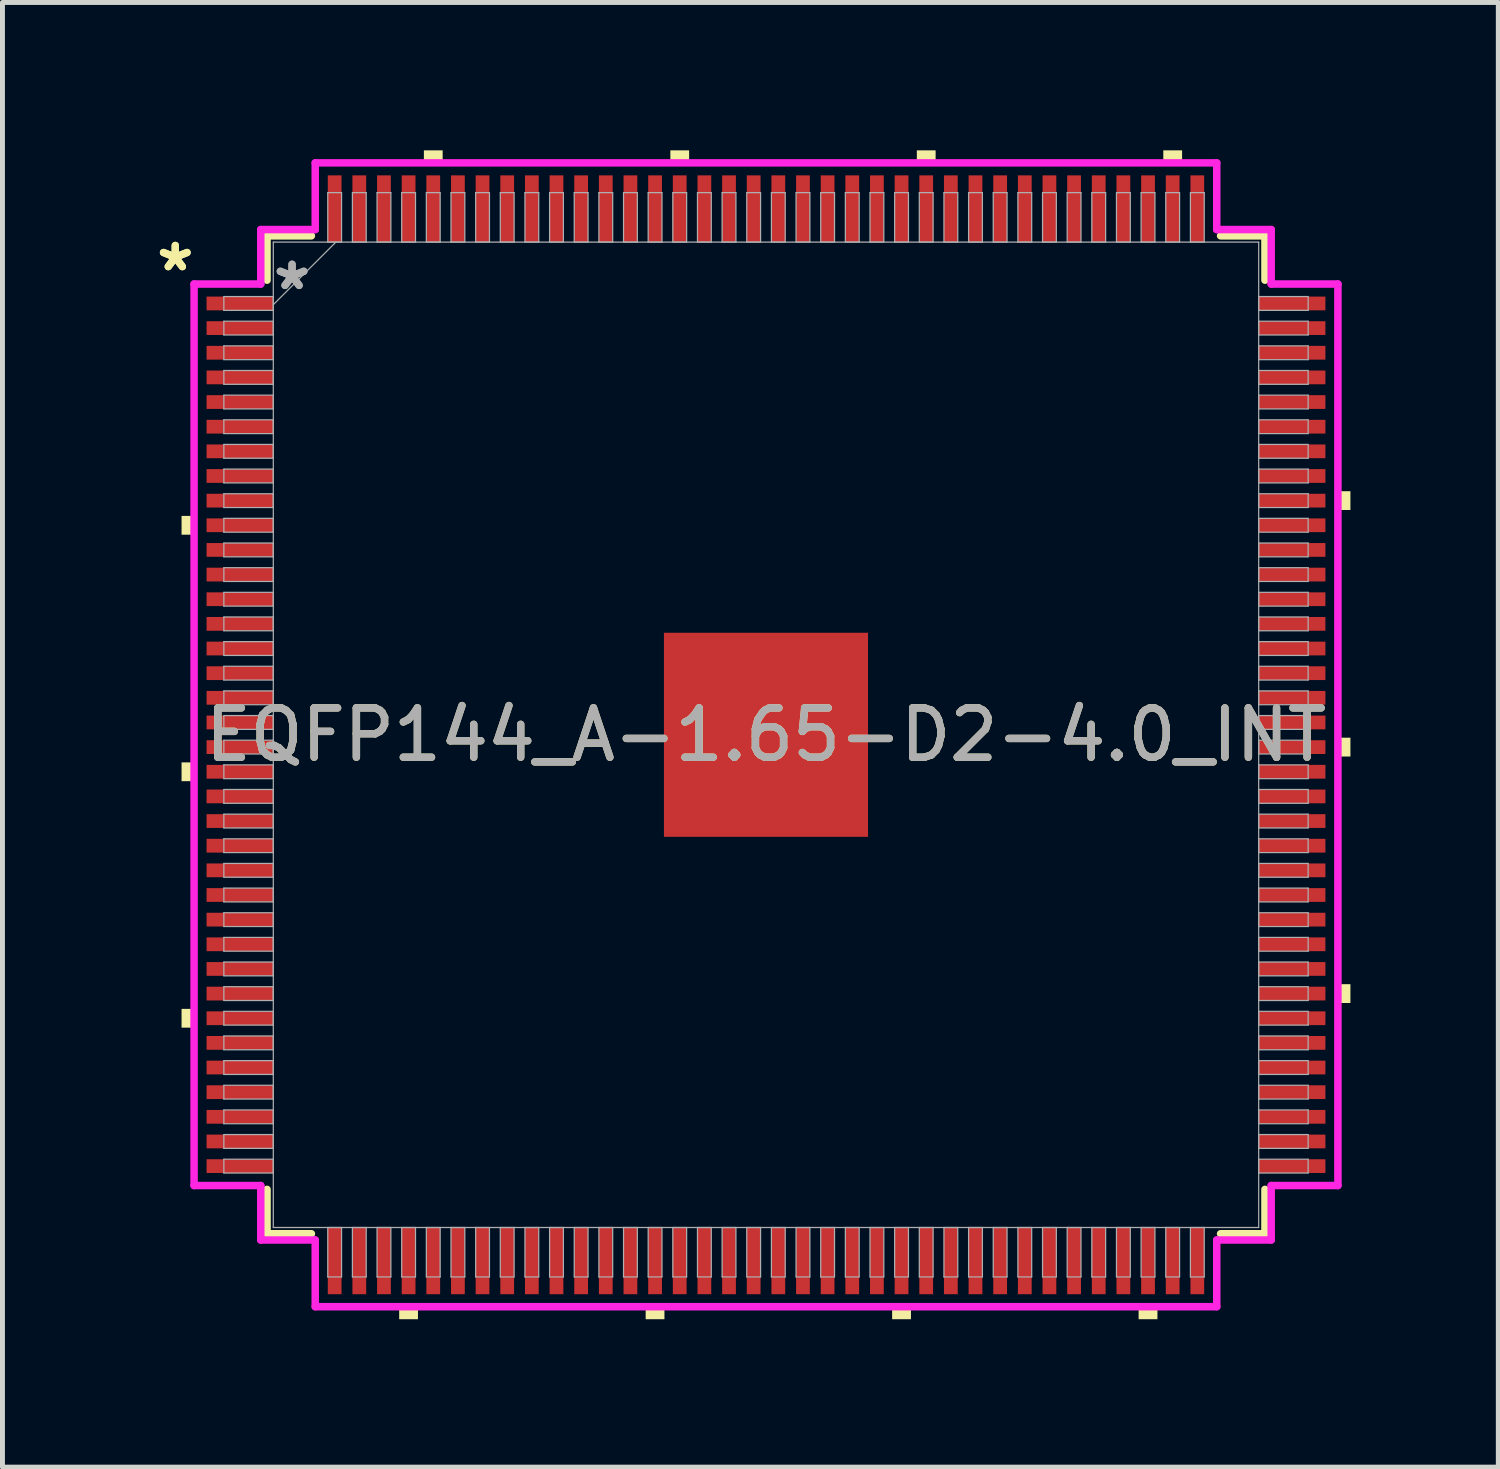
<source format=kicad_pcb>
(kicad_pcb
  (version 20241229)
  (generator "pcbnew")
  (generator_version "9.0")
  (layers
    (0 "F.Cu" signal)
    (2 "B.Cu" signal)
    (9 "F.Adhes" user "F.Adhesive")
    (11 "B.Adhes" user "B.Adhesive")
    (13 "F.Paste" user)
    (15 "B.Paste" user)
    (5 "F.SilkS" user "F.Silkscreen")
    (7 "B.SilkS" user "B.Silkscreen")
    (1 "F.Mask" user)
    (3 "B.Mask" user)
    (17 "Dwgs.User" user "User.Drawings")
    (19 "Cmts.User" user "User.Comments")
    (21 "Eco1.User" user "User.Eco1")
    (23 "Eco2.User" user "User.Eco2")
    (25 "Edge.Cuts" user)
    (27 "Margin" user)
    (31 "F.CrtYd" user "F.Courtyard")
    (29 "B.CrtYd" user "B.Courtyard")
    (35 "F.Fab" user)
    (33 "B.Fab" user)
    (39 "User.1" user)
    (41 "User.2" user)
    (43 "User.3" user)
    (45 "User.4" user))
  (footprint "EQFP144_A-1.65-D2-4.0_INT"
    (layer "F.Cu")
    (at 12.489 11.856)
    (property "Reference" "EQFP144_A-1.65-D2-4.0_INT" (at 0 0 0) (unlocked yes) (layer "F.SilkS") (effects (font (size 1 1) (thickness 0.15))))
    (attr smd)
    (fp_line (start -10.122 -10.122) (end -10.122 -9.222) (stroke (width 0.152) (type solid)) (layer "F.SilkS"))
    (fp_line (start -10.122 9.222) (end -10.122 10.122) (stroke (width 0.152) (type solid)) (layer "F.SilkS"))
    (fp_line (start -10.122 10.122) (end -9.222 10.122) (stroke (width 0.152) (type solid)) (layer "F.SilkS"))
    (fp_line (start -9.222 -10.122) (end -10.122 -10.122) (stroke (width 0.152) (type solid)) (layer "F.SilkS"))
    (fp_line (start 9.222 10.122) (end 10.122 10.122) (stroke (width 0.152) (type solid)) (layer "F.SilkS"))
    (fp_line (start 10.122 -10.122) (end 9.222 -10.122) (stroke (width 0.152) (type solid)) (layer "F.SilkS"))
    (fp_line (start 10.122 -9.222) (end 10.122 -10.122) (stroke (width 0.152) (type solid)) (layer "F.SilkS"))
    (fp_line (start 10.122 10.122) (end 10.122 9.222) (stroke (width 0.152) (type solid)) (layer "F.SilkS"))
    (fp_poly (pts (xy -11.856 -4.44) (xy -11.856 -4.059) (xy -11.602 -4.059) (xy -11.602 -4.44)) (stroke (width 0) (type solid)) (fill yes) (layer "F.SilkS"))
    (fp_poly (pts (xy -11.856 0.56) (xy -11.856 0.941) (xy -11.602 0.941) (xy -11.602 0.56)) (stroke (width 0) (type solid)) (fill yes) (layer "F.SilkS"))
    (fp_poly (pts (xy -11.856 5.56) (xy -11.856 5.941) (xy -11.602 5.941) (xy -11.602 5.56)) (stroke (width 0) (type solid)) (fill yes) (layer "F.SilkS"))
    (fp_poly (pts (xy -7.441 11.602) (xy -7.441 11.856) (xy -7.06 11.856) (xy -7.06 11.602)) (stroke (width 0) (type solid)) (fill yes) (layer "F.SilkS"))
    (fp_poly (pts (xy -6.94 -11.602) (xy -6.94 -11.856) (xy -6.559 -11.856) (xy -6.559 -11.602)) (stroke (width 0) (type solid)) (fill yes) (layer "F.SilkS"))
    (fp_poly (pts (xy -2.441 11.602) (xy -2.441 11.856) (xy -2.06 11.856) (xy -2.06 11.602)) (stroke (width 0) (type solid)) (fill yes) (layer "F.SilkS"))
    (fp_poly (pts (xy -1.94 -11.602) (xy -1.94 -11.856) (xy -1.559 -11.856) (xy -1.559 -11.602)) (stroke (width 0) (type solid)) (fill yes) (layer "F.SilkS"))
    (fp_poly (pts (xy 2.559 11.602) (xy 2.559 11.856) (xy 2.941 11.856) (xy 2.941 11.602)) (stroke (width 0) (type solid)) (fill yes) (layer "F.SilkS"))
    (fp_poly (pts (xy 3.06 -11.602) (xy 3.06 -11.856) (xy 3.441 -11.856) (xy 3.441 -11.602)) (stroke (width 0) (type solid)) (fill yes) (layer "F.SilkS"))
    (fp_poly (pts (xy 7.559 11.602) (xy 7.559 11.856) (xy 7.941 11.856) (xy 7.941 11.602)) (stroke (width 0) (type solid)) (fill yes) (layer "F.SilkS"))
    (fp_poly (pts (xy 8.06 -11.602) (xy 8.06 -11.856) (xy 8.441 -11.856) (xy 8.441 -11.602)) (stroke (width 0) (type solid)) (fill yes) (layer "F.SilkS"))
    (fp_poly (pts (xy 11.856 -4.941) (xy 11.856 -4.56) (xy 11.602 -4.56) (xy 11.602 -4.941)) (stroke (width 0) (type solid)) (fill yes) (layer "F.SilkS"))
    (fp_poly (pts (xy 11.856 0.059) (xy 11.856 0.441) (xy 11.602 0.441) (xy 11.602 0.059)) (stroke (width 0) (type solid)) (fill yes) (layer "F.SilkS"))
    (fp_poly (pts (xy 11.856 5.059) (xy 11.856 5.441) (xy 11.602 5.441) (xy 11.602 5.059)) (stroke (width 0) (type solid)) (fill yes) (layer "F.SilkS"))
    (fp_poly (pts (xy -1.97 -1.97) (xy -1.97 -0.79) (xy -0.79 -0.79) (xy -0.79 -1.97)) (stroke (width 0) (type solid)) (fill yes) (layer "F.Paste"))
    (fp_poly (pts (xy -1.97 -0.59) (xy -1.97 0.59) (xy -0.79 0.59) (xy -0.79 -0.59)) (stroke (width 0) (type solid)) (fill yes) (layer "F.Paste"))
    (fp_poly (pts (xy -1.97 0.79) (xy -1.97 1.97) (xy -0.79 1.97) (xy -0.79 0.79)) (stroke (width 0) (type solid)) (fill yes) (layer "F.Paste"))
    (fp_poly (pts (xy -0.59 -1.97) (xy -0.59 -0.79) (xy 0.59 -0.79) (xy 0.59 -1.97)) (stroke (width 0) (type solid)) (fill yes) (layer "F.Paste"))
    (fp_poly (pts (xy -0.59 -0.59) (xy -0.59 0.59) (xy 0.59 0.59) (xy 0.59 -0.59)) (stroke (width 0) (type solid)) (fill yes) (layer "F.Paste"))
    (fp_poly (pts (xy -0.59 0.79) (xy -0.59 1.97) (xy 0.59 1.97) (xy 0.59 0.79)) (stroke (width 0) (type solid)) (fill yes) (layer "F.Paste"))
    (fp_poly (pts (xy 0.79 -1.97) (xy 0.79 -0.79) (xy 1.97 -0.79) (xy 1.97 -1.97)) (stroke (width 0) (type solid)) (fill yes) (layer "F.Paste"))
    (fp_poly (pts (xy 0.79 -0.59) (xy 0.79 0.59) (xy 1.97 0.59) (xy 1.97 -0.59)) (stroke (width 0) (type solid)) (fill yes) (layer "F.Paste"))
    (fp_poly (pts (xy 0.79 0.79) (xy 0.79 1.97) (xy 1.97 1.97) (xy 1.97 0.79)) (stroke (width 0) (type solid)) (fill yes) (layer "F.Paste"))
    (fp_line (start -11.602 -9.144) (end -10.249 -9.144) (stroke (width 0.152) (type solid)) (layer "F.CrtYd"))
    (fp_line (start -11.602 9.144) (end -11.602 -9.144) (stroke (width 0.152) (type solid)) (layer "F.CrtYd"))
    (fp_line (start -10.249 -10.249) (end -9.144 -10.249) (stroke (width 0.152) (type solid)) (layer "F.CrtYd"))
    (fp_line (start -10.249 -9.144) (end -10.249 -10.249) (stroke (width 0.152) (type solid)) (layer "F.CrtYd"))
    (fp_line (start -10.249 9.144) (end -11.602 9.144) (stroke (width 0.152) (type solid)) (layer "F.CrtYd"))
    (fp_line (start -10.249 10.249) (end -10.249 9.144) (stroke (width 0.152) (type solid)) (layer "F.CrtYd"))
    (fp_line (start -10.249 10.249) (end -9.144 10.249) (stroke (width 0.152) (type solid)) (layer "F.CrtYd"))
    (fp_line (start -9.144 -11.602) (end 9.144 -11.602) (stroke (width 0.152) (type solid)) (layer "F.CrtYd"))
    (fp_line (start -9.144 -10.249) (end -9.144 -11.602) (stroke (width 0.152) (type solid)) (layer "F.CrtYd"))
    (fp_line (start -9.144 10.249) (end -9.144 11.602) (stroke (width 0.152) (type solid)) (layer "F.CrtYd"))
    (fp_line (start -9.144 11.602) (end 9.144 11.602) (stroke (width 0.152) (type solid)) (layer "F.CrtYd"))
    (fp_line (start 9.144 -11.602) (end 9.144 -10.249) (stroke (width 0.152) (type solid)) (layer "F.CrtYd"))
    (fp_line (start 9.144 -10.249) (end 10.249 -10.249) (stroke (width 0.152) (type solid)) (layer "F.CrtYd"))
    (fp_line (start 9.144 10.249) (end 10.249 10.249) (stroke (width 0.152) (type solid)) (layer "F.CrtYd"))
    (fp_line (start 9.144 11.602) (end 9.144 10.249) (stroke (width 0.152) (type solid)) (layer "F.CrtYd"))
    (fp_line (start 10.249 -9.144) (end 10.249 -10.249) (stroke (width 0.152) (type solid)) (layer "F.CrtYd"))
    (fp_line (start 10.249 9.144) (end 11.602 9.144) (stroke (width 0.152) (type solid)) (layer "F.CrtYd"))
    (fp_line (start 10.249 10.249) (end 10.249 9.144) (stroke (width 0.152) (type solid)) (layer "F.CrtYd"))
    (fp_line (start 11.602 -9.144) (end 10.249 -9.144) (stroke (width 0.152) (type solid)) (layer "F.CrtYd"))
    (fp_line (start 11.602 9.144) (end 11.602 -9.144) (stroke (width 0.152) (type solid)) (layer "F.CrtYd"))
    (fp_line (start -10.998 -8.89) (end -10.998 -8.61) (stroke (width 0.025) (type solid)) (layer "F.Fab"))
    (fp_line (start -10.998 -8.61) (end -9.995 -8.61) (stroke (width 0.025) (type solid)) (layer "F.Fab"))
    (fp_line (start -10.998 -8.39) (end -10.998 -8.11) (stroke (width 0.025) (type solid)) (layer "F.Fab"))
    (fp_line (start -10.998 -8.11) (end -9.995 -8.11) (stroke (width 0.025) (type solid)) (layer "F.Fab"))
    (fp_line (start -10.998 -7.89) (end -10.998 -7.61) (stroke (width 0.025) (type solid)) (layer "F.Fab"))
    (fp_line (start -10.998 -7.61) (end -9.995 -7.61) (stroke (width 0.025) (type solid)) (layer "F.Fab"))
    (fp_line (start -10.998 -7.39) (end -10.998 -7.11) (stroke (width 0.025) (type solid)) (layer "F.Fab"))
    (fp_line (start -10.998 -7.11) (end -9.995 -7.11) (stroke (width 0.025) (type solid)) (layer "F.Fab"))
    (fp_line (start -10.998 -6.89) (end -10.998 -6.61) (stroke (width 0.025) (type solid)) (layer "F.Fab"))
    (fp_line (start -10.998 -6.61) (end -9.995 -6.61) (stroke (width 0.025) (type solid)) (layer "F.Fab"))
    (fp_line (start -10.998 -6.39) (end -10.998 -6.11) (stroke (width 0.025) (type solid)) (layer "F.Fab"))
    (fp_line (start -10.998 -6.11) (end -9.995 -6.11) (stroke (width 0.025) (type solid)) (layer "F.Fab"))
    (fp_line (start -10.998 -5.89) (end -10.998 -5.61) (stroke (width 0.025) (type solid)) (layer "F.Fab"))
    (fp_line (start -10.998 -5.61) (end -9.995 -5.61) (stroke (width 0.025) (type solid)) (layer "F.Fab"))
    (fp_line (start -10.998 -5.39) (end -10.998 -5.11) (stroke (width 0.025) (type solid)) (layer "F.Fab"))
    (fp_line (start -10.998 -5.11) (end -9.995 -5.11) (stroke (width 0.025) (type solid)) (layer "F.Fab"))
    (fp_line (start -10.998 -4.89) (end -10.998 -4.61) (stroke (width 0.025) (type solid)) (layer "F.Fab"))
    (fp_line (start -10.998 -4.61) (end -9.995 -4.61) (stroke (width 0.025) (type solid)) (layer "F.Fab"))
    (fp_line (start -10.998 -4.39) (end -10.998 -4.11) (stroke (width 0.025) (type solid)) (layer "F.Fab"))
    (fp_line (start -10.998 -4.11) (end -9.995 -4.11) (stroke (width 0.025) (type solid)) (layer "F.Fab"))
    (fp_line (start -10.998 -3.89) (end -10.998 -3.61) (stroke (width 0.025) (type solid)) (layer "F.Fab"))
    (fp_line (start -10.998 -3.61) (end -9.995 -3.61) (stroke (width 0.025) (type solid)) (layer "F.Fab"))
    (fp_line (start -10.998 -3.39) (end -10.998 -3.11) (stroke (width 0.025) (type solid)) (layer "F.Fab"))
    (fp_line (start -10.998 -3.11) (end -9.995 -3.11) (stroke (width 0.025) (type solid)) (layer "F.Fab"))
    (fp_line (start -10.998 -2.89) (end -10.998 -2.61) (stroke (width 0.025) (type solid)) (layer "F.Fab"))
    (fp_line (start -10.998 -2.61) (end -9.995 -2.61) (stroke (width 0.025) (type solid)) (layer "F.Fab"))
    (fp_line (start -10.998 -2.39) (end -10.998 -2.11) (stroke (width 0.025) (type solid)) (layer "F.Fab"))
    (fp_line (start -10.998 -2.11) (end -9.995 -2.11) (stroke (width 0.025) (type solid)) (layer "F.Fab"))
    (fp_line (start -10.998 -1.89) (end -10.998 -1.61) (stroke (width 0.025) (type solid)) (layer "F.Fab"))
    (fp_line (start -10.998 -1.61) (end -9.995 -1.61) (stroke (width 0.025) (type solid)) (layer "F.Fab"))
    (fp_line (start -10.998 -1.39) (end -10.998 -1.11) (stroke (width 0.025) (type solid)) (layer "F.Fab"))
    (fp_line (start -10.998 -1.11) (end -9.995 -1.11) (stroke (width 0.025) (type solid)) (layer "F.Fab"))
    (fp_line (start -10.998 -0.89) (end -10.998 -0.61) (stroke (width 0.025) (type solid)) (layer "F.Fab"))
    (fp_line (start -10.998 -0.61) (end -9.995 -0.61) (stroke (width 0.025) (type solid)) (layer "F.Fab"))
    (fp_line (start -10.998 -0.39) (end -10.998 -0.11) (stroke (width 0.025) (type solid)) (layer "F.Fab"))
    (fp_line (start -10.998 -0.11) (end -9.995 -0.11) (stroke (width 0.025) (type solid)) (layer "F.Fab"))
    (fp_line (start -10.998 0.11) (end -10.998 0.39) (stroke (width 0.025) (type solid)) (layer "F.Fab"))
    (fp_line (start -10.998 0.39) (end -9.995 0.39) (stroke (width 0.025) (type solid)) (layer "F.Fab"))
    (fp_line (start -10.998 0.61) (end -10.998 0.89) (stroke (width 0.025) (type solid)) (layer "F.Fab"))
    (fp_line (start -10.998 0.89) (end -9.995 0.89) (stroke (width 0.025) (type solid)) (layer "F.Fab"))
    (fp_line (start -10.998 1.11) (end -10.998 1.39) (stroke (width 0.025) (type solid)) (layer "F.Fab"))
    (fp_line (start -10.998 1.39) (end -9.995 1.39) (stroke (width 0.025) (type solid)) (layer "F.Fab"))
    (fp_line (start -10.998 1.61) (end -10.998 1.89) (stroke (width 0.025) (type solid)) (layer "F.Fab"))
    (fp_line (start -10.998 1.89) (end -9.995 1.89) (stroke (width 0.025) (type solid)) (layer "F.Fab"))
    (fp_line (start -10.998 2.11) (end -10.998 2.39) (stroke (width 0.025) (type solid)) (layer "F.Fab"))
    (fp_line (start -10.998 2.39) (end -9.995 2.39) (stroke (width 0.025) (type solid)) (layer "F.Fab"))
    (fp_line (start -10.998 2.61) (end -10.998 2.89) (stroke (width 0.025) (type solid)) (layer "F.Fab"))
    (fp_line (start -10.998 2.89) (end -9.995 2.89) (stroke (width 0.025) (type solid)) (layer "F.Fab"))
    (fp_line (start -10.998 3.11) (end -10.998 3.39) (stroke (width 0.025) (type solid)) (layer "F.Fab"))
    (fp_line (start -10.998 3.39) (end -9.995 3.39) (stroke (width 0.025) (type solid)) (layer "F.Fab"))
    (fp_line (start -10.998 3.61) (end -10.998 3.89) (stroke (width 0.025) (type solid)) (layer "F.Fab"))
    (fp_line (start -10.998 3.89) (end -9.995 3.89) (stroke (width 0.025) (type solid)) (layer "F.Fab"))
    (fp_line (start -10.998 4.11) (end -10.998 4.39) (stroke (width 0.025) (type solid)) (layer "F.Fab"))
    (fp_line (start -10.998 4.39) (end -9.995 4.39) (stroke (width 0.025) (type solid)) (layer "F.Fab"))
    (fp_line (start -10.998 4.61) (end -10.998 4.89) (stroke (width 0.025) (type solid)) (layer "F.Fab"))
    (fp_line (start -10.998 4.89) (end -9.995 4.89) (stroke (width 0.025) (type solid)) (layer "F.Fab"))
    (fp_line (start -10.998 5.11) (end -10.998 5.39) (stroke (width 0.025) (type solid)) (layer "F.Fab"))
    (fp_line (start -10.998 5.39) (end -9.995 5.39) (stroke (width 0.025) (type solid)) (layer "F.Fab"))
    (fp_line (start -10.998 5.61) (end -10.998 5.89) (stroke (width 0.025) (type solid)) (layer "F.Fab"))
    (fp_line (start -10.998 5.89) (end -9.995 5.89) (stroke (width 0.025) (type solid)) (layer "F.Fab"))
    (fp_line (start -10.998 6.11) (end -10.998 6.39) (stroke (width 0.025) (type solid)) (layer "F.Fab"))
    (fp_line (start -10.998 6.39) (end -9.995 6.39) (stroke (width 0.025) (type solid)) (layer "F.Fab"))
    (fp_line (start -10.998 6.61) (end -10.998 6.89) (stroke (width 0.025) (type solid)) (layer "F.Fab"))
    (fp_line (start -10.998 6.89) (end -9.995 6.89) (stroke (width 0.025) (type solid)) (layer "F.Fab"))
    (fp_line (start -10.998 7.11) (end -10.998 7.39) (stroke (width 0.025) (type solid)) (layer "F.Fab"))
    (fp_line (start -10.998 7.39) (end -9.995 7.39) (stroke (width 0.025) (type solid)) (layer "F.Fab"))
    (fp_line (start -10.998 7.61) (end -10.998 7.89) (stroke (width 0.025) (type solid)) (layer "F.Fab"))
    (fp_line (start -10.998 7.89) (end -9.995 7.89) (stroke (width 0.025) (type solid)) (layer "F.Fab"))
    (fp_line (start -10.998 8.11) (end -10.998 8.39) (stroke (width 0.025) (type solid)) (layer "F.Fab"))
    (fp_line (start -10.998 8.39) (end -9.995 8.39) (stroke (width 0.025) (type solid)) (layer "F.Fab"))
    (fp_line (start -10.998 8.61) (end -10.998 8.89) (stroke (width 0.025) (type solid)) (layer "F.Fab"))
    (fp_line (start -10.998 8.89) (end -9.995 8.89) (stroke (width 0.025) (type solid)) (layer "F.Fab"))
    (fp_line (start -9.995 -9.995) (end -9.995 9.995) (stroke (width 0.025) (type solid)) (layer "F.Fab"))
    (fp_line (start -9.995 -8.89) (end -10.998 -8.89) (stroke (width 0.025) (type solid)) (layer "F.Fab"))
    (fp_line (start -9.995 -8.725) (end -8.725 -9.995) (stroke (width 0.025) (type solid)) (layer "F.Fab"))
    (fp_line (start -9.995 -8.61) (end -9.995 -8.89) (stroke (width 0.025) (type solid)) (layer "F.Fab"))
    (fp_line (start -9.995 -8.39) (end -10.998 -8.39) (stroke (width 0.025) (type solid)) (layer "F.Fab"))
    (fp_line (start -9.995 -8.11) (end -9.995 -8.39) (stroke (width 0.025) (type solid)) (layer "F.Fab"))
    (fp_line (start -9.995 -7.89) (end -10.998 -7.89) (stroke (width 0.025) (type solid)) (layer "F.Fab"))
    (fp_line (start -9.995 -7.61) (end -9.995 -7.89) (stroke (width 0.025) (type solid)) (layer "F.Fab"))
    (fp_line (start -9.995 -7.39) (end -10.998 -7.39) (stroke (width 0.025) (type solid)) (layer "F.Fab"))
    (fp_line (start -9.995 -7.11) (end -9.995 -7.39) (stroke (width 0.025) (type solid)) (layer "F.Fab"))
    (fp_line (start -9.995 -6.89) (end -10.998 -6.89) (stroke (width 0.025) (type solid)) (layer "F.Fab"))
    (fp_line (start -9.995 -6.61) (end -9.995 -6.89) (stroke (width 0.025) (type solid)) (layer "F.Fab"))
    (fp_line (start -9.995 -6.39) (end -10.998 -6.39) (stroke (width 0.025) (type solid)) (layer "F.Fab"))
    (fp_line (start -9.995 -6.11) (end -9.995 -6.39) (stroke (width 0.025) (type solid)) (layer "F.Fab"))
    (fp_line (start -9.995 -5.89) (end -10.998 -5.89) (stroke (width 0.025) (type solid)) (layer "F.Fab"))
    (fp_line (start -9.995 -5.61) (end -9.995 -5.89) (stroke (width 0.025) (type solid)) (layer "F.Fab"))
    (fp_line (start -9.995 -5.39) (end -10.998 -5.39) (stroke (width 0.025) (type solid)) (layer "F.Fab"))
    (fp_line (start -9.995 -5.11) (end -9.995 -5.39) (stroke (width 0.025) (type solid)) (layer "F.Fab"))
    (fp_line (start -9.995 -4.89) (end -10.998 -4.89) (stroke (width 0.025) (type solid)) (layer "F.Fab"))
    (fp_line (start -9.995 -4.61) (end -9.995 -4.89) (stroke (width 0.025) (type solid)) (layer "F.Fab"))
    (fp_line (start -9.995 -4.39) (end -10.998 -4.39) (stroke (width 0.025) (type solid)) (layer "F.Fab"))
    (fp_line (start -9.995 -4.11) (end -9.995 -4.39) (stroke (width 0.025) (type solid)) (layer "F.Fab"))
    (fp_line (start -9.995 -3.89) (end -10.998 -3.89) (stroke (width 0.025) (type solid)) (layer "F.Fab"))
    (fp_line (start -9.995 -3.61) (end -9.995 -3.89) (stroke (width 0.025) (type solid)) (layer "F.Fab"))
    (fp_line (start -9.995 -3.39) (end -10.998 -3.39) (stroke (width 0.025) (type solid)) (layer "F.Fab"))
    (fp_line (start -9.995 -3.11) (end -9.995 -3.39) (stroke (width 0.025) (type solid)) (layer "F.Fab"))
    (fp_line (start -9.995 -2.89) (end -10.998 -2.89) (stroke (width 0.025) (type solid)) (layer "F.Fab"))
    (fp_line (start -9.995 -2.61) (end -9.995 -2.89) (stroke (width 0.025) (type solid)) (layer "F.Fab"))
    (fp_line (start -9.995 -2.39) (end -10.998 -2.39) (stroke (width 0.025) (type solid)) (layer "F.Fab"))
    (fp_line (start -9.995 -2.11) (end -9.995 -2.39) (stroke (width 0.025) (type solid)) (layer "F.Fab"))
    (fp_line (start -9.995 -1.89) (end -10.998 -1.89) (stroke (width 0.025) (type solid)) (layer "F.Fab"))
    (fp_line (start -9.995 -1.61) (end -9.995 -1.89) (stroke (width 0.025) (type solid)) (layer "F.Fab"))
    (fp_line (start -9.995 -1.39) (end -10.998 -1.39) (stroke (width 0.025) (type solid)) (layer "F.Fab"))
    (fp_line (start -9.995 -1.11) (end -9.995 -1.39) (stroke (width 0.025) (type solid)) (layer "F.Fab"))
    (fp_line (start -9.995 -0.89) (end -10.998 -0.89) (stroke (width 0.025) (type solid)) (layer "F.Fab"))
    (fp_line (start -9.995 -0.61) (end -9.995 -0.89) (stroke (width 0.025) (type solid)) (layer "F.Fab"))
    (fp_line (start -9.995 -0.39) (end -10.998 -0.39) (stroke (width 0.025) (type solid)) (layer "F.Fab"))
    (fp_line (start -9.995 -0.11) (end -9.995 -0.39) (stroke (width 0.025) (type solid)) (layer "F.Fab"))
    (fp_line (start -9.995 0.11) (end -10.998 0.11) (stroke (width 0.025) (type solid)) (layer "F.Fab"))
    (fp_line (start -9.995 0.39) (end -9.995 0.11) (stroke (width 0.025) (type solid)) (layer "F.Fab"))
    (fp_line (start -9.995 0.61) (end -10.998 0.61) (stroke (width 0.025) (type solid)) (layer "F.Fab"))
    (fp_line (start -9.995 0.89) (end -9.995 0.61) (stroke (width 0.025) (type solid)) (layer "F.Fab"))
    (fp_line (start -9.995 1.11) (end -10.998 1.11) (stroke (width 0.025) (type solid)) (layer "F.Fab"))
    (fp_line (start -9.995 1.39) (end -9.995 1.11) (stroke (width 0.025) (type solid)) (layer "F.Fab"))
    (fp_line (start -9.995 1.61) (end -10.998 1.61) (stroke (width 0.025) (type solid)) (layer "F.Fab"))
    (fp_line (start -9.995 1.89) (end -9.995 1.61) (stroke (width 0.025) (type solid)) (layer "F.Fab"))
    (fp_line (start -9.995 2.11) (end -10.998 2.11) (stroke (width 0.025) (type solid)) (layer "F.Fab"))
    (fp_line (start -9.995 2.39) (end -9.995 2.11) (stroke (width 0.025) (type solid)) (layer "F.Fab"))
    (fp_line (start -9.995 2.61) (end -10.998 2.61) (stroke (width 0.025) (type solid)) (layer "F.Fab"))
    (fp_line (start -9.995 2.89) (end -9.995 2.61) (stroke (width 0.025) (type solid)) (layer "F.Fab"))
    (fp_line (start -9.995 3.11) (end -10.998 3.11) (stroke (width 0.025) (type solid)) (layer "F.Fab"))
    (fp_line (start -9.995 3.39) (end -9.995 3.11) (stroke (width 0.025) (type solid)) (layer "F.Fab"))
    (fp_line (start -9.995 3.61) (end -10.998 3.61) (stroke (width 0.025) (type solid)) (layer "F.Fab"))
    (fp_line (start -9.995 3.89) (end -9.995 3.61) (stroke (width 0.025) (type solid)) (layer "F.Fab"))
    (fp_line (start -9.995 4.11) (end -10.998 4.11) (stroke (width 0.025) (type solid)) (layer "F.Fab"))
    (fp_line (start -9.995 4.39) (end -9.995 4.11) (stroke (width 0.025) (type solid)) (layer "F.Fab"))
    (fp_line (start -9.995 4.61) (end -10.998 4.61) (stroke (width 0.025) (type solid)) (layer "F.Fab"))
    (fp_line (start -9.995 4.89) (end -9.995 4.61) (stroke (width 0.025) (type solid)) (layer "F.Fab"))
    (fp_line (start -9.995 5.11) (end -10.998 5.11) (stroke (width 0.025) (type solid)) (layer "F.Fab"))
    (fp_line (start -9.995 5.39) (end -9.995 5.11) (stroke (width 0.025) (type solid)) (layer "F.Fab"))
    (fp_line (start -9.995 5.61) (end -10.998 5.61) (stroke (width 0.025) (type solid)) (layer "F.Fab"))
    (fp_line (start -9.995 5.89) (end -9.995 5.61) (stroke (width 0.025) (type solid)) (layer "F.Fab"))
    (fp_line (start -9.995 6.11) (end -10.998 6.11) (stroke (width 0.025) (type solid)) (layer "F.Fab"))
    (fp_line (start -9.995 6.39) (end -9.995 6.11) (stroke (width 0.025) (type solid)) (layer "F.Fab"))
    (fp_line (start -9.995 6.61) (end -10.998 6.61) (stroke (width 0.025) (type solid)) (layer "F.Fab"))
    (fp_line (start -9.995 6.89) (end -9.995 6.61) (stroke (width 0.025) (type solid)) (layer "F.Fab"))
    (fp_line (start -9.995 7.11) (end -10.998 7.11) (stroke (width 0.025) (type solid)) (layer "F.Fab"))
    (fp_line (start -9.995 7.39) (end -9.995 7.11) (stroke (width 0.025) (type solid)) (layer "F.Fab"))
    (fp_line (start -9.995 7.61) (end -10.998 7.61) (stroke (width 0.025) (type solid)) (layer "F.Fab"))
    (fp_line (start -9.995 7.89) (end -9.995 7.61) (stroke (width 0.025) (type solid)) (layer "F.Fab"))
    (fp_line (start -9.995 8.11) (end -10.998 8.11) (stroke (width 0.025) (type solid)) (layer "F.Fab"))
    (fp_line (start -9.995 8.39) (end -9.995 8.11) (stroke (width 0.025) (type solid)) (layer "F.Fab"))
    (fp_line (start -9.995 8.61) (end -10.998 8.61) (stroke (width 0.025) (type solid)) (layer "F.Fab"))
    (fp_line (start -9.995 8.89) (end -9.995 8.61) (stroke (width 0.025) (type solid)) (layer "F.Fab"))
    (fp_line (start -9.995 9.995) (end 9.995 9.995) (stroke (width 0.025) (type solid)) (layer "F.Fab"))
    (fp_line (start -8.89 -10.998) (end -8.89 -9.995) (stroke (width 0.025) (type solid)) (layer "F.Fab"))
    (fp_line (start -8.89 -9.995) (end -8.61 -9.995) (stroke (width 0.025) (type solid)) (layer "F.Fab"))
    (fp_line (start -8.89 9.995) (end -8.89 10.998) (stroke (width 0.025) (type solid)) (layer "F.Fab"))
    (fp_line (start -8.89 10.998) (end -8.61 10.998) (stroke (width 0.025) (type solid)) (layer "F.Fab"))
    (fp_line (start -8.61 -10.998) (end -8.89 -10.998) (stroke (width 0.025) (type solid)) (layer "F.Fab"))
    (fp_line (start -8.61 -9.995) (end -8.61 -10.998) (stroke (width 0.025) (type solid)) (layer "F.Fab"))
    (fp_line (start -8.61 9.995) (end -8.89 9.995) (stroke (width 0.025) (type solid)) (layer "F.Fab"))
    (fp_line (start -8.61 10.998) (end -8.61 9.995) (stroke (width 0.025) (type solid)) (layer "F.Fab"))
    (fp_line (start -8.39 -10.998) (end -8.39 -9.995) (stroke (width 0.025) (type solid)) (layer "F.Fab"))
    (fp_line (start -8.39 -9.995) (end -8.11 -9.995) (stroke (width 0.025) (type solid)) (layer "F.Fab"))
    (fp_line (start -8.39 9.995) (end -8.39 10.998) (stroke (width 0.025) (type solid)) (layer "F.Fab"))
    (fp_line (start -8.39 10.998) (end -8.11 10.998) (stroke (width 0.025) (type solid)) (layer "F.Fab"))
    (fp_line (start -8.11 -10.998) (end -8.39 -10.998) (stroke (width 0.025) (type solid)) (layer "F.Fab"))
    (fp_line (start -8.11 -9.995) (end -8.11 -10.998) (stroke (width 0.025) (type solid)) (layer "F.Fab"))
    (fp_line (start -8.11 9.995) (end -8.39 9.995) (stroke (width 0.025) (type solid)) (layer "F.Fab"))
    (fp_line (start -8.11 10.998) (end -8.11 9.995) (stroke (width 0.025) (type solid)) (layer "F.Fab"))
    (fp_line (start -7.89 -10.998) (end -7.89 -9.995) (stroke (width 0.025) (type solid)) (layer "F.Fab"))
    (fp_line (start -7.89 -9.995) (end -7.61 -9.995) (stroke (width 0.025) (type solid)) (layer "F.Fab"))
    (fp_line (start -7.89 9.995) (end -7.89 10.998) (stroke (width 0.025) (type solid)) (layer "F.Fab"))
    (fp_line (start -7.89 10.998) (end -7.61 10.998) (stroke (width 0.025) (type solid)) (layer "F.Fab"))
    (fp_line (start -7.61 -10.998) (end -7.89 -10.998) (stroke (width 0.025) (type solid)) (layer "F.Fab"))
    (fp_line (start -7.61 -9.995) (end -7.61 -10.998) (stroke (width 0.025) (type solid)) (layer "F.Fab"))
    (fp_line (start -7.61 9.995) (end -7.89 9.995) (stroke (width 0.025) (type solid)) (layer "F.Fab"))
    (fp_line (start -7.61 10.998) (end -7.61 9.995) (stroke (width 0.025) (type solid)) (layer "F.Fab"))
    (fp_line (start -7.39 -10.998) (end -7.39 -9.995) (stroke (width 0.025) (type solid)) (layer "F.Fab"))
    (fp_line (start -7.39 -9.995) (end -7.11 -9.995) (stroke (width 0.025) (type solid)) (layer "F.Fab"))
    (fp_line (start -7.39 9.995) (end -7.39 10.998) (stroke (width 0.025) (type solid)) (layer "F.Fab"))
    (fp_line (start -7.39 10.998) (end -7.11 10.998) (stroke (width 0.025) (type solid)) (layer "F.Fab"))
    (fp_line (start -7.11 -10.998) (end -7.39 -10.998) (stroke (width 0.025) (type solid)) (layer "F.Fab"))
    (fp_line (start -7.11 -9.995) (end -7.11 -10.998) (stroke (width 0.025) (type solid)) (layer "F.Fab"))
    (fp_line (start -7.11 9.995) (end -7.39 9.995) (stroke (width 0.025) (type solid)) (layer "F.Fab"))
    (fp_line (start -7.11 10.998) (end -7.11 9.995) (stroke (width 0.025) (type solid)) (layer "F.Fab"))
    (fp_line (start -6.89 -10.998) (end -6.89 -9.995) (stroke (width 0.025) (type solid)) (layer "F.Fab"))
    (fp_line (start -6.89 -9.995) (end -6.61 -9.995) (stroke (width 0.025) (type solid)) (layer "F.Fab"))
    (fp_line (start -6.89 9.995) (end -6.89 10.998) (stroke (width 0.025) (type solid)) (layer "F.Fab"))
    (fp_line (start -6.89 10.998) (end -6.61 10.998) (stroke (width 0.025) (type solid)) (layer "F.Fab"))
    (fp_line (start -6.61 -10.998) (end -6.89 -10.998) (stroke (width 0.025) (type solid)) (layer "F.Fab"))
    (fp_line (start -6.61 -9.995) (end -6.61 -10.998) (stroke (width 0.025) (type solid)) (layer "F.Fab"))
    (fp_line (start -6.61 9.995) (end -6.89 9.995) (stroke (width 0.025) (type solid)) (layer "F.Fab"))
    (fp_line (start -6.61 10.998) (end -6.61 9.995) (stroke (width 0.025) (type solid)) (layer "F.Fab"))
    (fp_line (start -6.39 -10.998) (end -6.39 -9.995) (stroke (width 0.025) (type solid)) (layer "F.Fab"))
    (fp_line (start -6.39 -9.995) (end -6.11 -9.995) (stroke (width 0.025) (type solid)) (layer "F.Fab"))
    (fp_line (start -6.39 9.995) (end -6.39 10.998) (stroke (width 0.025) (type solid)) (layer "F.Fab"))
    (fp_line (start -6.39 10.998) (end -6.11 10.998) (stroke (width 0.025) (type solid)) (layer "F.Fab"))
    (fp_line (start -6.11 -10.998) (end -6.39 -10.998) (stroke (width 0.025) (type solid)) (layer "F.Fab"))
    (fp_line (start -6.11 -9.995) (end -6.11 -10.998) (stroke (width 0.025) (type solid)) (layer "F.Fab"))
    (fp_line (start -6.11 9.995) (end -6.39 9.995) (stroke (width 0.025) (type solid)) (layer "F.Fab"))
    (fp_line (start -6.11 10.998) (end -6.11 9.995) (stroke (width 0.025) (type solid)) (layer "F.Fab"))
    (fp_line (start -5.89 -10.998) (end -5.89 -9.995) (stroke (width 0.025) (type solid)) (layer "F.Fab"))
    (fp_line (start -5.89 -9.995) (end -5.61 -9.995) (stroke (width 0.025) (type solid)) (layer "F.Fab"))
    (fp_line (start -5.89 9.995) (end -5.89 10.998) (stroke (width 0.025) (type solid)) (layer "F.Fab"))
    (fp_line (start -5.89 10.998) (end -5.61 10.998) (stroke (width 0.025) (type solid)) (layer "F.Fab"))
    (fp_line (start -5.61 -10.998) (end -5.89 -10.998) (stroke (width 0.025) (type solid)) (layer "F.Fab"))
    (fp_line (start -5.61 -9.995) (end -5.61 -10.998) (stroke (width 0.025) (type solid)) (layer "F.Fab"))
    (fp_line (start -5.61 9.995) (end -5.89 9.995) (stroke (width 0.025) (type solid)) (layer "F.Fab"))
    (fp_line (start -5.61 10.998) (end -5.61 9.995) (stroke (width 0.025) (type solid)) (layer "F.Fab"))
    (fp_line (start -5.39 -10.998) (end -5.39 -9.995) (stroke (width 0.025) (type solid)) (layer "F.Fab"))
    (fp_line (start -5.39 -9.995) (end -5.11 -9.995) (stroke (width 0.025) (type solid)) (layer "F.Fab"))
    (fp_line (start -5.39 9.995) (end -5.39 10.998) (stroke (width 0.025) (type solid)) (layer "F.Fab"))
    (fp_line (start -5.39 10.998) (end -5.11 10.998) (stroke (width 0.025) (type solid)) (layer "F.Fab"))
    (fp_line (start -5.11 -10.998) (end -5.39 -10.998) (stroke (width 0.025) (type solid)) (layer "F.Fab"))
    (fp_line (start -5.11 -9.995) (end -5.11 -10.998) (stroke (width 0.025) (type solid)) (layer "F.Fab"))
    (fp_line (start -5.11 9.995) (end -5.39 9.995) (stroke (width 0.025) (type solid)) (layer "F.Fab"))
    (fp_line (start -5.11 10.998) (end -5.11 9.995) (stroke (width 0.025) (type solid)) (layer "F.Fab"))
    (fp_line (start -4.89 -10.998) (end -4.89 -9.995) (stroke (width 0.025) (type solid)) (layer "F.Fab"))
    (fp_line (start -4.89 -9.995) (end -4.61 -9.995) (stroke (width 0.025) (type solid)) (layer "F.Fab"))
    (fp_line (start -4.89 9.995) (end -4.89 10.998) (stroke (width 0.025) (type solid)) (layer "F.Fab"))
    (fp_line (start -4.89 10.998) (end -4.61 10.998) (stroke (width 0.025) (type solid)) (layer "F.Fab"))
    (fp_line (start -4.61 -10.998) (end -4.89 -10.998) (stroke (width 0.025) (type solid)) (layer "F.Fab"))
    (fp_line (start -4.61 -9.995) (end -4.61 -10.998) (stroke (width 0.025) (type solid)) (layer "F.Fab"))
    (fp_line (start -4.61 9.995) (end -4.89 9.995) (stroke (width 0.025) (type solid)) (layer "F.Fab"))
    (fp_line (start -4.61 10.998) (end -4.61 9.995) (stroke (width 0.025) (type solid)) (layer "F.Fab"))
    (fp_line (start -4.39 -10.998) (end -4.39 -9.995) (stroke (width 0.025) (type solid)) (layer "F.Fab"))
    (fp_line (start -4.39 -9.995) (end -4.11 -9.995) (stroke (width 0.025) (type solid)) (layer "F.Fab"))
    (fp_line (start -4.39 9.995) (end -4.39 10.998) (stroke (width 0.025) (type solid)) (layer "F.Fab"))
    (fp_line (start -4.39 10.998) (end -4.11 10.998) (stroke (width 0.025) (type solid)) (layer "F.Fab"))
    (fp_line (start -4.11 -10.998) (end -4.39 -10.998) (stroke (width 0.025) (type solid)) (layer "F.Fab"))
    (fp_line (start -4.11 -9.995) (end -4.11 -10.998) (stroke (width 0.025) (type solid)) (layer "F.Fab"))
    (fp_line (start -4.11 9.995) (end -4.39 9.995) (stroke (width 0.025) (type solid)) (layer "F.Fab"))
    (fp_line (start -4.11 10.998) (end -4.11 9.995) (stroke (width 0.025) (type solid)) (layer "F.Fab"))
    (fp_line (start -3.89 -10.998) (end -3.89 -9.995) (stroke (width 0.025) (type solid)) (layer "F.Fab"))
    (fp_line (start -3.89 -9.995) (end -3.61 -9.995) (stroke (width 0.025) (type solid)) (layer "F.Fab"))
    (fp_line (start -3.89 9.995) (end -3.89 10.998) (stroke (width 0.025) (type solid)) (layer "F.Fab"))
    (fp_line (start -3.89 10.998) (end -3.61 10.998) (stroke (width 0.025) (type solid)) (layer "F.Fab"))
    (fp_line (start -3.61 -10.998) (end -3.89 -10.998) (stroke (width 0.025) (type solid)) (layer "F.Fab"))
    (fp_line (start -3.61 -9.995) (end -3.61 -10.998) (stroke (width 0.025) (type solid)) (layer "F.Fab"))
    (fp_line (start -3.61 9.995) (end -3.89 9.995) (stroke (width 0.025) (type solid)) (layer "F.Fab"))
    (fp_line (start -3.61 10.998) (end -3.61 9.995) (stroke (width 0.025) (type solid)) (layer "F.Fab"))
    (fp_line (start -3.39 -10.998) (end -3.39 -9.995) (stroke (width 0.025) (type solid)) (layer "F.Fab"))
    (fp_line (start -3.39 -9.995) (end -3.11 -9.995) (stroke (width 0.025) (type solid)) (layer "F.Fab"))
    (fp_line (start -3.39 9.995) (end -3.39 10.998) (stroke (width 0.025) (type solid)) (layer "F.Fab"))
    (fp_line (start -3.39 10.998) (end -3.11 10.998) (stroke (width 0.025) (type solid)) (layer "F.Fab"))
    (fp_line (start -3.11 -10.998) (end -3.39 -10.998) (stroke (width 0.025) (type solid)) (layer "F.Fab"))
    (fp_line (start -3.11 -9.995) (end -3.11 -10.998) (stroke (width 0.025) (type solid)) (layer "F.Fab"))
    (fp_line (start -3.11 9.995) (end -3.39 9.995) (stroke (width 0.025) (type solid)) (layer "F.Fab"))
    (fp_line (start -3.11 10.998) (end -3.11 9.995) (stroke (width 0.025) (type solid)) (layer "F.Fab"))
    (fp_line (start -2.89 -10.998) (end -2.89 -9.995) (stroke (width 0.025) (type solid)) (layer "F.Fab"))
    (fp_line (start -2.89 -9.995) (end -2.61 -9.995) (stroke (width 0.025) (type solid)) (layer "F.Fab"))
    (fp_line (start -2.89 9.995) (end -2.89 10.998) (stroke (width 0.025) (type solid)) (layer "F.Fab"))
    (fp_line (start -2.89 10.998) (end -2.61 10.998) (stroke (width 0.025) (type solid)) (layer "F.Fab"))
    (fp_line (start -2.61 -10.998) (end -2.89 -10.998) (stroke (width 0.025) (type solid)) (layer "F.Fab"))
    (fp_line (start -2.61 -9.995) (end -2.61 -10.998) (stroke (width 0.025) (type solid)) (layer "F.Fab"))
    (fp_line (start -2.61 9.995) (end -2.89 9.995) (stroke (width 0.025) (type solid)) (layer "F.Fab"))
    (fp_line (start -2.61 10.998) (end -2.61 9.995) (stroke (width 0.025) (type solid)) (layer "F.Fab"))
    (fp_line (start -2.39 -10.998) (end -2.39 -9.995) (stroke (width 0.025) (type solid)) (layer "F.Fab"))
    (fp_line (start -2.39 -9.995) (end -2.11 -9.995) (stroke (width 0.025) (type solid)) (layer "F.Fab"))
    (fp_line (start -2.39 9.995) (end -2.39 10.998) (stroke (width 0.025) (type solid)) (layer "F.Fab"))
    (fp_line (start -2.39 10.998) (end -2.11 10.998) (stroke (width 0.025) (type solid)) (layer "F.Fab"))
    (fp_line (start -2.11 -10.998) (end -2.39 -10.998) (stroke (width 0.025) (type solid)) (layer "F.Fab"))
    (fp_line (start -2.11 -9.995) (end -2.11 -10.998) (stroke (width 0.025) (type solid)) (layer "F.Fab"))
    (fp_line (start -2.11 9.995) (end -2.39 9.995) (stroke (width 0.025) (type solid)) (layer "F.Fab"))
    (fp_line (start -2.11 10.998) (end -2.11 9.995) (stroke (width 0.025) (type solid)) (layer "F.Fab"))
    (fp_line (start -1.89 -10.998) (end -1.89 -9.995) (stroke (width 0.025) (type solid)) (layer "F.Fab"))
    (fp_line (start -1.89 -9.995) (end -1.61 -9.995) (stroke (width 0.025) (type solid)) (layer "F.Fab"))
    (fp_line (start -1.89 9.995) (end -1.89 10.998) (stroke (width 0.025) (type solid)) (layer "F.Fab"))
    (fp_line (start -1.89 10.998) (end -1.61 10.998) (stroke (width 0.025) (type solid)) (layer "F.Fab"))
    (fp_line (start -1.61 -10.998) (end -1.89 -10.998) (stroke (width 0.025) (type solid)) (layer "F.Fab"))
    (fp_line (start -1.61 -9.995) (end -1.61 -10.998) (stroke (width 0.025) (type solid)) (layer "F.Fab"))
    (fp_line (start -1.61 9.995) (end -1.89 9.995) (stroke (width 0.025) (type solid)) (layer "F.Fab"))
    (fp_line (start -1.61 10.998) (end -1.61 9.995) (stroke (width 0.025) (type solid)) (layer "F.Fab"))
    (fp_line (start -1.39 -10.998) (end -1.39 -9.995) (stroke (width 0.025) (type solid)) (layer "F.Fab"))
    (fp_line (start -1.39 -9.995) (end -1.11 -9.995) (stroke (width 0.025) (type solid)) (layer "F.Fab"))
    (fp_line (start -1.39 9.995) (end -1.39 10.998) (stroke (width 0.025) (type solid)) (layer "F.Fab"))
    (fp_line (start -1.39 10.998) (end -1.11 10.998) (stroke (width 0.025) (type solid)) (layer "F.Fab"))
    (fp_line (start -1.11 -10.998) (end -1.39 -10.998) (stroke (width 0.025) (type solid)) (layer "F.Fab"))
    (fp_line (start -1.11 -9.995) (end -1.11 -10.998) (stroke (width 0.025) (type solid)) (layer "F.Fab"))
    (fp_line (start -1.11 9.995) (end -1.39 9.995) (stroke (width 0.025) (type solid)) (layer "F.Fab"))
    (fp_line (start -1.11 10.998) (end -1.11 9.995) (stroke (width 0.025) (type solid)) (layer "F.Fab"))
    (fp_line (start -0.89 -10.998) (end -0.89 -9.995) (stroke (width 0.025) (type solid)) (layer "F.Fab"))
    (fp_line (start -0.89 -9.995) (end -0.61 -9.995) (stroke (width 0.025) (type solid)) (layer "F.Fab"))
    (fp_line (start -0.89 9.995) (end -0.89 10.998) (stroke (width 0.025) (type solid)) (layer "F.Fab"))
    (fp_line (start -0.89 10.998) (end -0.61 10.998) (stroke (width 0.025) (type solid)) (layer "F.Fab"))
    (fp_line (start -0.61 -10.998) (end -0.89 -10.998) (stroke (width 0.025) (type solid)) (layer "F.Fab"))
    (fp_line (start -0.61 -9.995) (end -0.61 -10.998) (stroke (width 0.025) (type solid)) (layer "F.Fab"))
    (fp_line (start -0.61 9.995) (end -0.89 9.995) (stroke (width 0.025) (type solid)) (layer "F.Fab"))
    (fp_line (start -0.61 10.998) (end -0.61 9.995) (stroke (width 0.025) (type solid)) (layer "F.Fab"))
    (fp_line (start -0.39 -10.998) (end -0.39 -9.995) (stroke (width 0.025) (type solid)) (layer "F.Fab"))
    (fp_line (start -0.39 -9.995) (end -0.11 -9.995) (stroke (width 0.025) (type solid)) (layer "F.Fab"))
    (fp_line (start -0.39 9.995) (end -0.39 10.998) (stroke (width 0.025) (type solid)) (layer "F.Fab"))
    (fp_line (start -0.39 10.998) (end -0.11 10.998) (stroke (width 0.025) (type solid)) (layer "F.Fab"))
    (fp_line (start -0.11 -10.998) (end -0.39 -10.998) (stroke (width 0.025) (type solid)) (layer "F.Fab"))
    (fp_line (start -0.11 -9.995) (end -0.11 -10.998) (stroke (width 0.025) (type solid)) (layer "F.Fab"))
    (fp_line (start -0.11 9.995) (end -0.39 9.995) (stroke (width 0.025) (type solid)) (layer "F.Fab"))
    (fp_line (start -0.11 10.998) (end -0.11 9.995) (stroke (width 0.025) (type solid)) (layer "F.Fab"))
    (fp_line (start 0.11 -10.998) (end 0.11 -9.995) (stroke (width 0.025) (type solid)) (layer "F.Fab"))
    (fp_line (start 0.11 -9.995) (end 0.39 -9.995) (stroke (width 0.025) (type solid)) (layer "F.Fab"))
    (fp_line (start 0.11 9.995) (end 0.11 10.998) (stroke (width 0.025) (type solid)) (layer "F.Fab"))
    (fp_line (start 0.11 10.998) (end 0.39 10.998) (stroke (width 0.025) (type solid)) (layer "F.Fab"))
    (fp_line (start 0.39 -10.998) (end 0.11 -10.998) (stroke (width 0.025) (type solid)) (layer "F.Fab"))
    (fp_line (start 0.39 -9.995) (end 0.39 -10.998) (stroke (width 0.025) (type solid)) (layer "F.Fab"))
    (fp_line (start 0.39 9.995) (end 0.11 9.995) (stroke (width 0.025) (type solid)) (layer "F.Fab"))
    (fp_line (start 0.39 10.998) (end 0.39 9.995) (stroke (width 0.025) (type solid)) (layer "F.Fab"))
    (fp_line (start 0.61 -10.998) (end 0.61 -9.995) (stroke (width 0.025) (type solid)) (layer "F.Fab"))
    (fp_line (start 0.61 -9.995) (end 0.89 -9.995) (stroke (width 0.025) (type solid)) (layer "F.Fab"))
    (fp_line (start 0.61 9.995) (end 0.61 10.998) (stroke (width 0.025) (type solid)) (layer "F.Fab"))
    (fp_line (start 0.61 10.998) (end 0.89 10.998) (stroke (width 0.025) (type solid)) (layer "F.Fab"))
    (fp_line (start 0.89 -10.998) (end 0.61 -10.998) (stroke (width 0.025) (type solid)) (layer "F.Fab"))
    (fp_line (start 0.89 -9.995) (end 0.89 -10.998) (stroke (width 0.025) (type solid)) (layer "F.Fab"))
    (fp_line (start 0.89 9.995) (end 0.61 9.995) (stroke (width 0.025) (type solid)) (layer "F.Fab"))
    (fp_line (start 0.89 10.998) (end 0.89 9.995) (stroke (width 0.025) (type solid)) (layer "F.Fab"))
    (fp_line (start 1.11 -10.998) (end 1.11 -9.995) (stroke (width 0.025) (type solid)) (layer "F.Fab"))
    (fp_line (start 1.11 -9.995) (end 1.39 -9.995) (stroke (width 0.025) (type solid)) (layer "F.Fab"))
    (fp_line (start 1.11 9.995) (end 1.11 10.998) (stroke (width 0.025) (type solid)) (layer "F.Fab"))
    (fp_line (start 1.11 10.998) (end 1.39 10.998) (stroke (width 0.025) (type solid)) (layer "F.Fab"))
    (fp_line (start 1.39 -10.998) (end 1.11 -10.998) (stroke (width 0.025) (type solid)) (layer "F.Fab"))
    (fp_line (start 1.39 -9.995) (end 1.39 -10.998) (stroke (width 0.025) (type solid)) (layer "F.Fab"))
    (fp_line (start 1.39 9.995) (end 1.11 9.995) (stroke (width 0.025) (type solid)) (layer "F.Fab"))
    (fp_line (start 1.39 10.998) (end 1.39 9.995) (stroke (width 0.025) (type solid)) (layer "F.Fab"))
    (fp_line (start 1.61 -10.998) (end 1.61 -9.995) (stroke (width 0.025) (type solid)) (layer "F.Fab"))
    (fp_line (start 1.61 -9.995) (end 1.89 -9.995) (stroke (width 0.025) (type solid)) (layer "F.Fab"))
    (fp_line (start 1.61 9.995) (end 1.61 10.998) (stroke (width 0.025) (type solid)) (layer "F.Fab"))
    (fp_line (start 1.61 10.998) (end 1.89 10.998) (stroke (width 0.025) (type solid)) (layer "F.Fab"))
    (fp_line (start 1.89 -10.998) (end 1.61 -10.998) (stroke (width 0.025) (type solid)) (layer "F.Fab"))
    (fp_line (start 1.89 -9.995) (end 1.89 -10.998) (stroke (width 0.025) (type solid)) (layer "F.Fab"))
    (fp_line (start 1.89 9.995) (end 1.61 9.995) (stroke (width 0.025) (type solid)) (layer "F.Fab"))
    (fp_line (start 1.89 10.998) (end 1.89 9.995) (stroke (width 0.025) (type solid)) (layer "F.Fab"))
    (fp_line (start 2.11 -10.998) (end 2.11 -9.995) (stroke (width 0.025) (type solid)) (layer "F.Fab"))
    (fp_line (start 2.11 -9.995) (end 2.39 -9.995) (stroke (width 0.025) (type solid)) (layer "F.Fab"))
    (fp_line (start 2.11 9.995) (end 2.11 10.998) (stroke (width 0.025) (type solid)) (layer "F.Fab"))
    (fp_line (start 2.11 10.998) (end 2.39 10.998) (stroke (width 0.025) (type solid)) (layer "F.Fab"))
    (fp_line (start 2.39 -10.998) (end 2.11 -10.998) (stroke (width 0.025) (type solid)) (layer "F.Fab"))
    (fp_line (start 2.39 -9.995) (end 2.39 -10.998) (stroke (width 0.025) (type solid)) (layer "F.Fab"))
    (fp_line (start 2.39 9.995) (end 2.11 9.995) (stroke (width 0.025) (type solid)) (layer "F.Fab"))
    (fp_line (start 2.39 10.998) (end 2.39 9.995) (stroke (width 0.025) (type solid)) (layer "F.Fab"))
    (fp_line (start 2.61 -10.998) (end 2.61 -9.995) (stroke (width 0.025) (type solid)) (layer "F.Fab"))
    (fp_line (start 2.61 -9.995) (end 2.89 -9.995) (stroke (width 0.025) (type solid)) (layer "F.Fab"))
    (fp_line (start 2.61 9.995) (end 2.61 10.998) (stroke (width 0.025) (type solid)) (layer "F.Fab"))
    (fp_line (start 2.61 10.998) (end 2.89 10.998) (stroke (width 0.025) (type solid)) (layer "F.Fab"))
    (fp_line (start 2.89 -10.998) (end 2.61 -10.998) (stroke (width 0.025) (type solid)) (layer "F.Fab"))
    (fp_line (start 2.89 -9.995) (end 2.89 -10.998) (stroke (width 0.025) (type solid)) (layer "F.Fab"))
    (fp_line (start 2.89 9.995) (end 2.61 9.995) (stroke (width 0.025) (type solid)) (layer "F.Fab"))
    (fp_line (start 2.89 10.998) (end 2.89 9.995) (stroke (width 0.025) (type solid)) (layer "F.Fab"))
    (fp_line (start 3.11 -10.998) (end 3.11 -9.995) (stroke (width 0.025) (type solid)) (layer "F.Fab"))
    (fp_line (start 3.11 -9.995) (end 3.39 -9.995) (stroke (width 0.025) (type solid)) (layer "F.Fab"))
    (fp_line (start 3.11 9.995) (end 3.11 10.998) (stroke (width 0.025) (type solid)) (layer "F.Fab"))
    (fp_line (start 3.11 10.998) (end 3.39 10.998) (stroke (width 0.025) (type solid)) (layer "F.Fab"))
    (fp_line (start 3.39 -10.998) (end 3.11 -10.998) (stroke (width 0.025) (type solid)) (layer "F.Fab"))
    (fp_line (start 3.39 -9.995) (end 3.39 -10.998) (stroke (width 0.025) (type solid)) (layer "F.Fab"))
    (fp_line (start 3.39 9.995) (end 3.11 9.995) (stroke (width 0.025) (type solid)) (layer "F.Fab"))
    (fp_line (start 3.39 10.998) (end 3.39 9.995) (stroke (width 0.025) (type solid)) (layer "F.Fab"))
    (fp_line (start 3.61 -10.998) (end 3.61 -9.995) (stroke (width 0.025) (type solid)) (layer "F.Fab"))
    (fp_line (start 3.61 -9.995) (end 3.89 -9.995) (stroke (width 0.025) (type solid)) (layer "F.Fab"))
    (fp_line (start 3.61 9.995) (end 3.61 10.998) (stroke (width 0.025) (type solid)) (layer "F.Fab"))
    (fp_line (start 3.61 10.998) (end 3.89 10.998) (stroke (width 0.025) (type solid)) (layer "F.Fab"))
    (fp_line (start 3.89 -10.998) (end 3.61 -10.998) (stroke (width 0.025) (type solid)) (layer "F.Fab"))
    (fp_line (start 3.89 -9.995) (end 3.89 -10.998) (stroke (width 0.025) (type solid)) (layer "F.Fab"))
    (fp_line (start 3.89 9.995) (end 3.61 9.995) (stroke (width 0.025) (type solid)) (layer "F.Fab"))
    (fp_line (start 3.89 10.998) (end 3.89 9.995) (stroke (width 0.025) (type solid)) (layer "F.Fab"))
    (fp_line (start 4.11 -10.998) (end 4.11 -9.995) (stroke (width 0.025) (type solid)) (layer "F.Fab"))
    (fp_line (start 4.11 -9.995) (end 4.39 -9.995) (stroke (width 0.025) (type solid)) (layer "F.Fab"))
    (fp_line (start 4.11 9.995) (end 4.11 10.998) (stroke (width 0.025) (type solid)) (layer "F.Fab"))
    (fp_line (start 4.11 10.998) (end 4.39 10.998) (stroke (width 0.025) (type solid)) (layer "F.Fab"))
    (fp_line (start 4.39 -10.998) (end 4.11 -10.998) (stroke (width 0.025) (type solid)) (layer "F.Fab"))
    (fp_line (start 4.39 -9.995) (end 4.39 -10.998) (stroke (width 0.025) (type solid)) (layer "F.Fab"))
    (fp_line (start 4.39 9.995) (end 4.11 9.995) (stroke (width 0.025) (type solid)) (layer "F.Fab"))
    (fp_line (start 4.39 10.998) (end 4.39 9.995) (stroke (width 0.025) (type solid)) (layer "F.Fab"))
    (fp_line (start 4.61 -10.998) (end 4.61 -9.995) (stroke (width 0.025) (type solid)) (layer "F.Fab"))
    (fp_line (start 4.61 -9.995) (end 4.89 -9.995) (stroke (width 0.025) (type solid)) (layer "F.Fab"))
    (fp_line (start 4.61 9.995) (end 4.61 10.998) (stroke (width 0.025) (type solid)) (layer "F.Fab"))
    (fp_line (start 4.61 10.998) (end 4.89 10.998) (stroke (width 0.025) (type solid)) (layer "F.Fab"))
    (fp_line (start 4.89 -10.998) (end 4.61 -10.998) (stroke (width 0.025) (type solid)) (layer "F.Fab"))
    (fp_line (start 4.89 -9.995) (end 4.89 -10.998) (stroke (width 0.025) (type solid)) (layer "F.Fab"))
    (fp_line (start 4.89 9.995) (end 4.61 9.995) (stroke (width 0.025) (type solid)) (layer "F.Fab"))
    (fp_line (start 4.89 10.998) (end 4.89 9.995) (stroke (width 0.025) (type solid)) (layer "F.Fab"))
    (fp_line (start 5.11 -10.998) (end 5.11 -9.995) (stroke (width 0.025) (type solid)) (layer "F.Fab"))
    (fp_line (start 5.11 -9.995) (end 5.39 -9.995) (stroke (width 0.025) (type solid)) (layer "F.Fab"))
    (fp_line (start 5.11 9.995) (end 5.11 10.998) (stroke (width 0.025) (type solid)) (layer "F.Fab"))
    (fp_line (start 5.11 10.998) (end 5.39 10.998) (stroke (width 0.025) (type solid)) (layer "F.Fab"))
    (fp_line (start 5.39 -10.998) (end 5.11 -10.998) (stroke (width 0.025) (type solid)) (layer "F.Fab"))
    (fp_line (start 5.39 -9.995) (end 5.39 -10.998) (stroke (width 0.025) (type solid)) (layer "F.Fab"))
    (fp_line (start 5.39 9.995) (end 5.11 9.995) (stroke (width 0.025) (type solid)) (layer "F.Fab"))
    (fp_line (start 5.39 10.998) (end 5.39 9.995) (stroke (width 0.025) (type solid)) (layer "F.Fab"))
    (fp_line (start 5.61 -10.998) (end 5.61 -9.995) (stroke (width 0.025) (type solid)) (layer "F.Fab"))
    (fp_line (start 5.61 -9.995) (end 5.89 -9.995) (stroke (width 0.025) (type solid)) (layer "F.Fab"))
    (fp_line (start 5.61 9.995) (end 5.61 10.998) (stroke (width 0.025) (type solid)) (layer "F.Fab"))
    (fp_line (start 5.61 10.998) (end 5.89 10.998) (stroke (width 0.025) (type solid)) (layer "F.Fab"))
    (fp_line (start 5.89 -10.998) (end 5.61 -10.998) (stroke (width 0.025) (type solid)) (layer "F.Fab"))
    (fp_line (start 5.89 -9.995) (end 5.89 -10.998) (stroke (width 0.025) (type solid)) (layer "F.Fab"))
    (fp_line (start 5.89 9.995) (end 5.61 9.995) (stroke (width 0.025) (type solid)) (layer "F.Fab"))
    (fp_line (start 5.89 10.998) (end 5.89 9.995) (stroke (width 0.025) (type solid)) (layer "F.Fab"))
    (fp_line (start 6.11 -10.998) (end 6.11 -9.995) (stroke (width 0.025) (type solid)) (layer "F.Fab"))
    (fp_line (start 6.11 -9.995) (end 6.39 -9.995) (stroke (width 0.025) (type solid)) (layer "F.Fab"))
    (fp_line (start 6.11 9.995) (end 6.11 10.998) (stroke (width 0.025) (type solid)) (layer "F.Fab"))
    (fp_line (start 6.11 10.998) (end 6.39 10.998) (stroke (width 0.025) (type solid)) (layer "F.Fab"))
    (fp_line (start 6.39 -10.998) (end 6.11 -10.998) (stroke (width 0.025) (type solid)) (layer "F.Fab"))
    (fp_line (start 6.39 -9.995) (end 6.39 -10.998) (stroke (width 0.025) (type solid)) (layer "F.Fab"))
    (fp_line (start 6.39 9.995) (end 6.11 9.995) (stroke (width 0.025) (type solid)) (layer "F.Fab"))
    (fp_line (start 6.39 10.998) (end 6.39 9.995) (stroke (width 0.025) (type solid)) (layer "F.Fab"))
    (fp_line (start 6.61 -10.998) (end 6.61 -9.995) (stroke (width 0.025) (type solid)) (layer "F.Fab"))
    (fp_line (start 6.61 -9.995) (end 6.89 -9.995) (stroke (width 0.025) (type solid)) (layer "F.Fab"))
    (fp_line (start 6.61 9.995) (end 6.61 10.998) (stroke (width 0.025) (type solid)) (layer "F.Fab"))
    (fp_line (start 6.61 10.998) (end 6.89 10.998) (stroke (width 0.025) (type solid)) (layer "F.Fab"))
    (fp_line (start 6.89 -10.998) (end 6.61 -10.998) (stroke (width 0.025) (type solid)) (layer "F.Fab"))
    (fp_line (start 6.89 -9.995) (end 6.89 -10.998) (stroke (width 0.025) (type solid)) (layer "F.Fab"))
    (fp_line (start 6.89 9.995) (end 6.61 9.995) (stroke (width 0.025) (type solid)) (layer "F.Fab"))
    (fp_line (start 6.89 10.998) (end 6.89 9.995) (stroke (width 0.025) (type solid)) (layer "F.Fab"))
    (fp_line (start 7.11 -10.998) (end 7.11 -9.995) (stroke (width 0.025) (type solid)) (layer "F.Fab"))
    (fp_line (start 7.11 -9.995) (end 7.39 -9.995) (stroke (width 0.025) (type solid)) (layer "F.Fab"))
    (fp_line (start 7.11 9.995) (end 7.11 10.998) (stroke (width 0.025) (type solid)) (layer "F.Fab"))
    (fp_line (start 7.11 10.998) (end 7.39 10.998) (stroke (width 0.025) (type solid)) (layer "F.Fab"))
    (fp_line (start 7.39 -10.998) (end 7.11 -10.998) (stroke (width 0.025) (type solid)) (layer "F.Fab"))
    (fp_line (start 7.39 -9.995) (end 7.39 -10.998) (stroke (width 0.025) (type solid)) (layer "F.Fab"))
    (fp_line (start 7.39 9.995) (end 7.11 9.995) (stroke (width 0.025) (type solid)) (layer "F.Fab"))
    (fp_line (start 7.39 10.998) (end 7.39 9.995) (stroke (width 0.025) (type solid)) (layer "F.Fab"))
    (fp_line (start 7.61 -10.998) (end 7.61 -9.995) (stroke (width 0.025) (type solid)) (layer "F.Fab"))
    (fp_line (start 7.61 -9.995) (end 7.89 -9.995) (stroke (width 0.025) (type solid)) (layer "F.Fab"))
    (fp_line (start 7.61 9.995) (end 7.61 10.998) (stroke (width 0.025) (type solid)) (layer "F.Fab"))
    (fp_line (start 7.61 10.998) (end 7.89 10.998) (stroke (width 0.025) (type solid)) (layer "F.Fab"))
    (fp_line (start 7.89 -10.998) (end 7.61 -10.998) (stroke (width 0.025) (type solid)) (layer "F.Fab"))
    (fp_line (start 7.89 -9.995) (end 7.89 -10.998) (stroke (width 0.025) (type solid)) (layer "F.Fab"))
    (fp_line (start 7.89 9.995) (end 7.61 9.995) (stroke (width 0.025) (type solid)) (layer "F.Fab"))
    (fp_line (start 7.89 10.998) (end 7.89 9.995) (stroke (width 0.025) (type solid)) (layer "F.Fab"))
    (fp_line (start 8.11 -10.998) (end 8.11 -9.995) (stroke (width 0.025) (type solid)) (layer "F.Fab"))
    (fp_line (start 8.11 -9.995) (end 8.39 -9.995) (stroke (width 0.025) (type solid)) (layer "F.Fab"))
    (fp_line (start 8.11 9.995) (end 8.11 10.998) (stroke (width 0.025) (type solid)) (layer "F.Fab"))
    (fp_line (start 8.11 10.998) (end 8.39 10.998) (stroke (width 0.025) (type solid)) (layer "F.Fab"))
    (fp_line (start 8.39 -10.998) (end 8.11 -10.998) (stroke (width 0.025) (type solid)) (layer "F.Fab"))
    (fp_line (start 8.39 -9.995) (end 8.39 -10.998) (stroke (width 0.025) (type solid)) (layer "F.Fab"))
    (fp_line (start 8.39 9.995) (end 8.11 9.995) (stroke (width 0.025) (type solid)) (layer "F.Fab"))
    (fp_line (start 8.39 10.998) (end 8.39 9.995) (stroke (width 0.025) (type solid)) (layer "F.Fab"))
    (fp_line (start 8.61 -10.998) (end 8.61 -9.995) (stroke (width 0.025) (type solid)) (layer "F.Fab"))
    (fp_line (start 8.61 -9.995) (end 8.89 -9.995) (stroke (width 0.025) (type solid)) (layer "F.Fab"))
    (fp_line (start 8.61 9.995) (end 8.61 10.998) (stroke (width 0.025) (type solid)) (layer "F.Fab"))
    (fp_line (start 8.61 10.998) (end 8.89 10.998) (stroke (width 0.025) (type solid)) (layer "F.Fab"))
    (fp_line (start 8.89 -10.998) (end 8.61 -10.998) (stroke (width 0.025) (type solid)) (layer "F.Fab"))
    (fp_line (start 8.89 -9.995) (end 8.89 -10.998) (stroke (width 0.025) (type solid)) (layer "F.Fab"))
    (fp_line (start 8.89 9.995) (end 8.61 9.995) (stroke (width 0.025) (type solid)) (layer "F.Fab"))
    (fp_line (start 8.89 10.998) (end 8.89 9.995) (stroke (width 0.025) (type solid)) (layer "F.Fab"))
    (fp_line (start 9.995 -9.995) (end -9.995 -9.995) (stroke (width 0.025) (type solid)) (layer "F.Fab"))
    (fp_line (start 9.995 -8.89) (end 9.995 -8.61) (stroke (width 0.025) (type solid)) (layer "F.Fab"))
    (fp_line (start 9.995 -8.61) (end 10.998 -8.61) (stroke (width 0.025) (type solid)) (layer "F.Fab"))
    (fp_line (start 9.995 -8.39) (end 9.995 -8.11) (stroke (width 0.025) (type solid)) (layer "F.Fab"))
    (fp_line (start 9.995 -8.11) (end 10.998 -8.11) (stroke (width 0.025) (type solid)) (layer "F.Fab"))
    (fp_line (start 9.995 -7.89) (end 9.995 -7.61) (stroke (width 0.025) (type solid)) (layer "F.Fab"))
    (fp_line (start 9.995 -7.61) (end 10.998 -7.61) (stroke (width 0.025) (type solid)) (layer "F.Fab"))
    (fp_line (start 9.995 -7.39) (end 9.995 -7.11) (stroke (width 0.025) (type solid)) (layer "F.Fab"))
    (fp_line (start 9.995 -7.11) (end 10.998 -7.11) (stroke (width 0.025) (type solid)) (layer "F.Fab"))
    (fp_line (start 9.995 -6.89) (end 9.995 -6.61) (stroke (width 0.025) (type solid)) (layer "F.Fab"))
    (fp_line (start 9.995 -6.61) (end 10.998 -6.61) (stroke (width 0.025) (type solid)) (layer "F.Fab"))
    (fp_line (start 9.995 -6.39) (end 9.995 -6.11) (stroke (width 0.025) (type solid)) (layer "F.Fab"))
    (fp_line (start 9.995 -6.11) (end 10.998 -6.11) (stroke (width 0.025) (type solid)) (layer "F.Fab"))
    (fp_line (start 9.995 -5.89) (end 9.995 -5.61) (stroke (width 0.025) (type solid)) (layer "F.Fab"))
    (fp_line (start 9.995 -5.61) (end 10.998 -5.61) (stroke (width 0.025) (type solid)) (layer "F.Fab"))
    (fp_line (start 9.995 -5.39) (end 9.995 -5.11) (stroke (width 0.025) (type solid)) (layer "F.Fab"))
    (fp_line (start 9.995 -5.11) (end 10.998 -5.11) (stroke (width 0.025) (type solid)) (layer "F.Fab"))
    (fp_line (start 9.995 -4.89) (end 9.995 -4.61) (stroke (width 0.025) (type solid)) (layer "F.Fab"))
    (fp_line (start 9.995 -4.61) (end 10.998 -4.61) (stroke (width 0.025) (type solid)) (layer "F.Fab"))
    (fp_line (start 9.995 -4.39) (end 9.995 -4.11) (stroke (width 0.025) (type solid)) (layer "F.Fab"))
    (fp_line (start 9.995 -4.11) (end 10.998 -4.11) (stroke (width 0.025) (type solid)) (layer "F.Fab"))
    (fp_line (start 9.995 -3.89) (end 9.995 -3.61) (stroke (width 0.025) (type solid)) (layer "F.Fab"))
    (fp_line (start 9.995 -3.61) (end 10.998 -3.61) (stroke (width 0.025) (type solid)) (layer "F.Fab"))
    (fp_line (start 9.995 -3.39) (end 9.995 -3.11) (stroke (width 0.025) (type solid)) (layer "F.Fab"))
    (fp_line (start 9.995 -3.11) (end 10.998 -3.11) (stroke (width 0.025) (type solid)) (layer "F.Fab"))
    (fp_line (start 9.995 -2.89) (end 9.995 -2.61) (stroke (width 0.025) (type solid)) (layer "F.Fab"))
    (fp_line (start 9.995 -2.61) (end 10.998 -2.61) (stroke (width 0.025) (type solid)) (layer "F.Fab"))
    (fp_line (start 9.995 -2.39) (end 9.995 -2.11) (stroke (width 0.025) (type solid)) (layer "F.Fab"))
    (fp_line (start 9.995 -2.11) (end 10.998 -2.11) (stroke (width 0.025) (type solid)) (layer "F.Fab"))
    (fp_line (start 9.995 -1.89) (end 9.995 -1.61) (stroke (width 0.025) (type solid)) (layer "F.Fab"))
    (fp_line (start 9.995 -1.61) (end 10.998 -1.61) (stroke (width 0.025) (type solid)) (layer "F.Fab"))
    (fp_line (start 9.995 -1.39) (end 9.995 -1.11) (stroke (width 0.025) (type solid)) (layer "F.Fab"))
    (fp_line (start 9.995 -1.11) (end 10.998 -1.11) (stroke (width 0.025) (type solid)) (layer "F.Fab"))
    (fp_line (start 9.995 -0.89) (end 9.995 -0.61) (stroke (width 0.025) (type solid)) (layer "F.Fab"))
    (fp_line (start 9.995 -0.61) (end 10.998 -0.61) (stroke (width 0.025) (type solid)) (layer "F.Fab"))
    (fp_line (start 9.995 -0.39) (end 9.995 -0.11) (stroke (width 0.025) (type solid)) (layer "F.Fab"))
    (fp_line (start 9.995 -0.11) (end 10.998 -0.11) (stroke (width 0.025) (type solid)) (layer "F.Fab"))
    (fp_line (start 9.995 0.11) (end 9.995 0.39) (stroke (width 0.025) (type solid)) (layer "F.Fab"))
    (fp_line (start 9.995 0.39) (end 10.998 0.39) (stroke (width 0.025) (type solid)) (layer "F.Fab"))
    (fp_line (start 9.995 0.61) (end 9.995 0.89) (stroke (width 0.025) (type solid)) (layer "F.Fab"))
    (fp_line (start 9.995 0.89) (end 10.998 0.89) (stroke (width 0.025) (type solid)) (layer "F.Fab"))
    (fp_line (start 9.995 1.11) (end 9.995 1.39) (stroke (width 0.025) (type solid)) (layer "F.Fab"))
    (fp_line (start 9.995 1.39) (end 10.998 1.39) (stroke (width 0.025) (type solid)) (layer "F.Fab"))
    (fp_line (start 9.995 1.61) (end 9.995 1.89) (stroke (width 0.025) (type solid)) (layer "F.Fab"))
    (fp_line (start 9.995 1.89) (end 10.998 1.89) (stroke (width 0.025) (type solid)) (layer "F.Fab"))
    (fp_line (start 9.995 2.11) (end 9.995 2.39) (stroke (width 0.025) (type solid)) (layer "F.Fab"))
    (fp_line (start 9.995 2.39) (end 10.998 2.39) (stroke (width 0.025) (type solid)) (layer "F.Fab"))
    (fp_line (start 9.995 2.61) (end 9.995 2.89) (stroke (width 0.025) (type solid)) (layer "F.Fab"))
    (fp_line (start 9.995 2.89) (end 10.998 2.89) (stroke (width 0.025) (type solid)) (layer "F.Fab"))
    (fp_line (start 9.995 3.11) (end 9.995 3.39) (stroke (width 0.025) (type solid)) (layer "F.Fab"))
    (fp_line (start 9.995 3.39) (end 10.998 3.39) (stroke (width 0.025) (type solid)) (layer "F.Fab"))
    (fp_line (start 9.995 3.61) (end 9.995 3.89) (stroke (width 0.025) (type solid)) (layer "F.Fab"))
    (fp_line (start 9.995 3.89) (end 10.998 3.89) (stroke (width 0.025) (type solid)) (layer "F.Fab"))
    (fp_line (start 9.995 4.11) (end 9.995 4.39) (stroke (width 0.025) (type solid)) (layer "F.Fab"))
    (fp_line (start 9.995 4.39) (end 10.998 4.39) (stroke (width 0.025) (type solid)) (layer "F.Fab"))
    (fp_line (start 9.995 4.61) (end 9.995 4.89) (stroke (width 0.025) (type solid)) (layer "F.Fab"))
    (fp_line (start 9.995 4.89) (end 10.998 4.89) (stroke (width 0.025) (type solid)) (layer "F.Fab"))
    (fp_line (start 9.995 5.11) (end 9.995 5.39) (stroke (width 0.025) (type solid)) (layer "F.Fab"))
    (fp_line (start 9.995 5.39) (end 10.998 5.39) (stroke (width 0.025) (type solid)) (layer "F.Fab"))
    (fp_line (start 9.995 5.61) (end 9.995 5.89) (stroke (width 0.025) (type solid)) (layer "F.Fab"))
    (fp_line (start 9.995 5.89) (end 10.998 5.89) (stroke (width 0.025) (type solid)) (layer "F.Fab"))
    (fp_line (start 9.995 6.11) (end 9.995 6.39) (stroke (width 0.025) (type solid)) (layer "F.Fab"))
    (fp_line (start 9.995 6.39) (end 10.998 6.39) (stroke (width 0.025) (type solid)) (layer "F.Fab"))
    (fp_line (start 9.995 6.61) (end 9.995 6.89) (stroke (width 0.025) (type solid)) (layer "F.Fab"))
    (fp_line (start 9.995 6.89) (end 10.998 6.89) (stroke (width 0.025) (type solid)) (layer "F.Fab"))
    (fp_line (start 9.995 7.11) (end 9.995 7.39) (stroke (width 0.025) (type solid)) (layer "F.Fab"))
    (fp_line (start 9.995 7.39) (end 10.998 7.39) (stroke (width 0.025) (type solid)) (layer "F.Fab"))
    (fp_line (start 9.995 7.61) (end 9.995 7.89) (stroke (width 0.025) (type solid)) (layer "F.Fab"))
    (fp_line (start 9.995 7.89) (end 10.998 7.89) (stroke (width 0.025) (type solid)) (layer "F.Fab"))
    (fp_line (start 9.995 8.11) (end 9.995 8.39) (stroke (width 0.025) (type solid)) (layer "F.Fab"))
    (fp_line (start 9.995 8.39) (end 10.998 8.39) (stroke (width 0.025) (type solid)) (layer "F.Fab"))
    (fp_line (start 9.995 8.61) (end 9.995 8.89) (stroke (width 0.025) (type solid)) (layer "F.Fab"))
    (fp_line (start 9.995 8.89) (end 10.998 8.89) (stroke (width 0.025) (type solid)) (layer "F.Fab"))
    (fp_line (start 9.995 9.995) (end 9.995 -9.995) (stroke (width 0.025) (type solid)) (layer "F.Fab"))
    (fp_line (start 10.998 -8.89) (end 9.995 -8.89) (stroke (width 0.025) (type solid)) (layer "F.Fab"))
    (fp_line (start 10.998 -8.61) (end 10.998 -8.89) (stroke (width 0.025) (type solid)) (layer "F.Fab"))
    (fp_line (start 10.998 -8.39) (end 9.995 -8.39) (stroke (width 0.025) (type solid)) (layer "F.Fab"))
    (fp_line (start 10.998 -8.11) (end 10.998 -8.39) (stroke (width 0.025) (type solid)) (layer "F.Fab"))
    (fp_line (start 10.998 -7.89) (end 9.995 -7.89) (stroke (width 0.025) (type solid)) (layer "F.Fab"))
    (fp_line (start 10.998 -7.61) (end 10.998 -7.89) (stroke (width 0.025) (type solid)) (layer "F.Fab"))
    (fp_line (start 10.998 -7.39) (end 9.995 -7.39) (stroke (width 0.025) (type solid)) (layer "F.Fab"))
    (fp_line (start 10.998 -7.11) (end 10.998 -7.39) (stroke (width 0.025) (type solid)) (layer "F.Fab"))
    (fp_line (start 10.998 -6.89) (end 9.995 -6.89) (stroke (width 0.025) (type solid)) (layer "F.Fab"))
    (fp_line (start 10.998 -6.61) (end 10.998 -6.89) (stroke (width 0.025) (type solid)) (layer "F.Fab"))
    (fp_line (start 10.998 -6.39) (end 9.995 -6.39) (stroke (width 0.025) (type solid)) (layer "F.Fab"))
    (fp_line (start 10.998 -6.11) (end 10.998 -6.39) (stroke (width 0.025) (type solid)) (layer "F.Fab"))
    (fp_line (start 10.998 -5.89) (end 9.995 -5.89) (stroke (width 0.025) (type solid)) (layer "F.Fab"))
    (fp_line (start 10.998 -5.61) (end 10.998 -5.89) (stroke (width 0.025) (type solid)) (layer "F.Fab"))
    (fp_line (start 10.998 -5.39) (end 9.995 -5.39) (stroke (width 0.025) (type solid)) (layer "F.Fab"))
    (fp_line (start 10.998 -5.11) (end 10.998 -5.39) (stroke (width 0.025) (type solid)) (layer "F.Fab"))
    (fp_line (start 10.998 -4.89) (end 9.995 -4.89) (stroke (width 0.025) (type solid)) (layer "F.Fab"))
    (fp_line (start 10.998 -4.61) (end 10.998 -4.89) (stroke (width 0.025) (type solid)) (layer "F.Fab"))
    (fp_line (start 10.998 -4.39) (end 9.995 -4.39) (stroke (width 0.025) (type solid)) (layer "F.Fab"))
    (fp_line (start 10.998 -4.11) (end 10.998 -4.39) (stroke (width 0.025) (type solid)) (layer "F.Fab"))
    (fp_line (start 10.998 -3.89) (end 9.995 -3.89) (stroke (width 0.025) (type solid)) (layer "F.Fab"))
    (fp_line (start 10.998 -3.61) (end 10.998 -3.89) (stroke (width 0.025) (type solid)) (layer "F.Fab"))
    (fp_line (start 10.998 -3.39) (end 9.995 -3.39) (stroke (width 0.025) (type solid)) (layer "F.Fab"))
    (fp_line (start 10.998 -3.11) (end 10.998 -3.39) (stroke (width 0.025) (type solid)) (layer "F.Fab"))
    (fp_line (start 10.998 -2.89) (end 9.995 -2.89) (stroke (width 0.025) (type solid)) (layer "F.Fab"))
    (fp_line (start 10.998 -2.61) (end 10.998 -2.89) (stroke (width 0.025) (type solid)) (layer "F.Fab"))
    (fp_line (start 10.998 -2.39) (end 9.995 -2.39) (stroke (width 0.025) (type solid)) (layer "F.Fab"))
    (fp_line (start 10.998 -2.11) (end 10.998 -2.39) (stroke (width 0.025) (type solid)) (layer "F.Fab"))
    (fp_line (start 10.998 -1.89) (end 9.995 -1.89) (stroke (width 0.025) (type solid)) (layer "F.Fab"))
    (fp_line (start 10.998 -1.61) (end 10.998 -1.89) (stroke (width 0.025) (type solid)) (layer "F.Fab"))
    (fp_line (start 10.998 -1.39) (end 9.995 -1.39) (stroke (width 0.025) (type solid)) (layer "F.Fab"))
    (fp_line (start 10.998 -1.11) (end 10.998 -1.39) (stroke (width 0.025) (type solid)) (layer "F.Fab"))
    (fp_line (start 10.998 -0.89) (end 9.995 -0.89) (stroke (width 0.025) (type solid)) (layer "F.Fab"))
    (fp_line (start 10.998 -0.61) (end 10.998 -0.89) (stroke (width 0.025) (type solid)) (layer "F.Fab"))
    (fp_line (start 10.998 -0.39) (end 9.995 -0.39) (stroke (width 0.025) (type solid)) (layer "F.Fab"))
    (fp_line (start 10.998 -0.11) (end 10.998 -0.39) (stroke (width 0.025) (type solid)) (layer "F.Fab"))
    (fp_line (start 10.998 0.11) (end 9.995 0.11) (stroke (width 0.025) (type solid)) (layer "F.Fab"))
    (fp_line (start 10.998 0.39) (end 10.998 0.11) (stroke (width 0.025) (type solid)) (layer "F.Fab"))
    (fp_line (start 10.998 0.61) (end 9.995 0.61) (stroke (width 0.025) (type solid)) (layer "F.Fab"))
    (fp_line (start 10.998 0.89) (end 10.998 0.61) (stroke (width 0.025) (type solid)) (layer "F.Fab"))
    (fp_line (start 10.998 1.11) (end 9.995 1.11) (stroke (width 0.025) (type solid)) (layer "F.Fab"))
    (fp_line (start 10.998 1.39) (end 10.998 1.11) (stroke (width 0.025) (type solid)) (layer "F.Fab"))
    (fp_line (start 10.998 1.61) (end 9.995 1.61) (stroke (width 0.025) (type solid)) (layer "F.Fab"))
    (fp_line (start 10.998 1.89) (end 10.998 1.61) (stroke (width 0.025) (type solid)) (layer "F.Fab"))
    (fp_line (start 10.998 2.11) (end 9.995 2.11) (stroke (width 0.025) (type solid)) (layer "F.Fab"))
    (fp_line (start 10.998 2.39) (end 10.998 2.11) (stroke (width 0.025) (type solid)) (layer "F.Fab"))
    (fp_line (start 10.998 2.61) (end 9.995 2.61) (stroke (width 0.025) (type solid)) (layer "F.Fab"))
    (fp_line (start 10.998 2.89) (end 10.998 2.61) (stroke (width 0.025) (type solid)) (layer "F.Fab"))
    (fp_line (start 10.998 3.11) (end 9.995 3.11) (stroke (width 0.025) (type solid)) (layer "F.Fab"))
    (fp_line (start 10.998 3.39) (end 10.998 3.11) (stroke (width 0.025) (type solid)) (layer "F.Fab"))
    (fp_line (start 10.998 3.61) (end 9.995 3.61) (stroke (width 0.025) (type solid)) (layer "F.Fab"))
    (fp_line (start 10.998 3.89) (end 10.998 3.61) (stroke (width 0.025) (type solid)) (layer "F.Fab"))
    (fp_line (start 10.998 4.11) (end 9.995 4.11) (stroke (width 0.025) (type solid)) (layer "F.Fab"))
    (fp_line (start 10.998 4.39) (end 10.998 4.11) (stroke (width 0.025) (type solid)) (layer "F.Fab"))
    (fp_line (start 10.998 4.61) (end 9.995 4.61) (stroke (width 0.025) (type solid)) (layer "F.Fab"))
    (fp_line (start 10.998 4.89) (end 10.998 4.61) (stroke (width 0.025) (type solid)) (layer "F.Fab"))
    (fp_line (start 10.998 5.11) (end 9.995 5.11) (stroke (width 0.025) (type solid)) (layer "F.Fab"))
    (fp_line (start 10.998 5.39) (end 10.998 5.11) (stroke (width 0.025) (type solid)) (layer "F.Fab"))
    (fp_line (start 10.998 5.61) (end 9.995 5.61) (stroke (width 0.025) (type solid)) (layer "F.Fab"))
    (fp_line (start 10.998 5.89) (end 10.998 5.61) (stroke (width 0.025) (type solid)) (layer "F.Fab"))
    (fp_line (start 10.998 6.11) (end 9.995 6.11) (stroke (width 0.025) (type solid)) (layer "F.Fab"))
    (fp_line (start 10.998 6.39) (end 10.998 6.11) (stroke (width 0.025) (type solid)) (layer "F.Fab"))
    (fp_line (start 10.998 6.61) (end 9.995 6.61) (stroke (width 0.025) (type solid)) (layer "F.Fab"))
    (fp_line (start 10.998 6.89) (end 10.998 6.61) (stroke (width 0.025) (type solid)) (layer "F.Fab"))
    (fp_line (start 10.998 7.11) (end 9.995 7.11) (stroke (width 0.025) (type solid)) (layer "F.Fab"))
    (fp_line (start 10.998 7.39) (end 10.998 7.11) (stroke (width 0.025) (type solid)) (layer "F.Fab"))
    (fp_line (start 10.998 7.61) (end 9.995 7.61) (stroke (width 0.025) (type solid)) (layer "F.Fab"))
    (fp_line (start 10.998 7.89) (end 10.998 7.61) (stroke (width 0.025) (type solid)) (layer "F.Fab"))
    (fp_line (start 10.998 8.11) (end 9.995 8.11) (stroke (width 0.025) (type solid)) (layer "F.Fab"))
    (fp_line (start 10.998 8.39) (end 10.998 8.11) (stroke (width 0.025) (type solid)) (layer "F.Fab"))
    (fp_line (start 10.998 8.61) (end 9.995 8.61) (stroke (width 0.025) (type solid)) (layer "F.Fab"))
    (fp_line (start 10.998 8.89) (end 10.998 8.61) (stroke (width 0.025) (type solid)) (layer "F.Fab"))
    (fp_text user "*" (at -11.983 -9.381 0) (unlocked yes) (layer "F.SilkS") (effects (font (size 1 1) (thickness 0.15))))
    (fp_text user "*" (at -11.983 -9.381 0) (layer "F.SilkS") (effects (font (size 1 1) (thickness 0.15))))
    (fp_text user "${REFERENCE}" (at 0 0 0) (unlocked yes) (layer "F.Fab") (effects (font (size 1 1) (thickness 0.15))))
    (fp_text user "*" (at -9.614 -9 0) (unlocked yes) (layer "F.Fab") (effects (font (size 1 1) (thickness 0.15))))
    (fp_text user "*" (at -9.614 -9 0) (layer "F.Fab") (effects (font (size 1 1) (thickness 0.15))))
    (pad "1" smd rect (at -10.672 -8.75 90) (size 0.279 1.353) (layers "F.Cu" "F.Mask" "F.Paste"))
    (pad "2" smd rect (at -10.672 -8.25 90) (size 0.279 1.353) (layers "F.Cu" "F.Mask" "F.Paste"))
    (pad "3" smd rect (at -10.672 -7.75 90) (size 0.279 1.353) (layers "F.Cu" "F.Mask" "F.Paste"))
    (pad "4" smd rect (at -10.672 -7.25 90) (size 0.279 1.353) (layers "F.Cu" "F.Mask" "F.Paste"))
    (pad "5" smd rect (at -10.672 -6.75 90) (size 0.279 1.353) (layers "F.Cu" "F.Mask" "F.Paste"))
    (pad "6" smd rect (at -10.672 -6.25 90) (size 0.279 1.353) (layers "F.Cu" "F.Mask" "F.Paste"))
    (pad "7" smd rect (at -10.672 -5.75 90) (size 0.279 1.353) (layers "F.Cu" "F.Mask" "F.Paste"))
    (pad "8" smd rect (at -10.672 -5.25 90) (size 0.279 1.353) (layers "F.Cu" "F.Mask" "F.Paste"))
    (pad "9" smd rect (at -10.672 -4.75 90) (size 0.279 1.353) (layers "F.Cu" "F.Mask" "F.Paste"))
    (pad "10" smd rect (at -10.672 -4.25 90) (size 0.279 1.353) (layers "F.Cu" "F.Mask" "F.Paste"))
    (pad "11" smd rect (at -10.672 -3.75 90) (size 0.279 1.353) (layers "F.Cu" "F.Mask" "F.Paste"))
    (pad "12" smd rect (at -10.672 -3.25 90) (size 0.279 1.353) (layers "F.Cu" "F.Mask" "F.Paste"))
    (pad "13" smd rect (at -10.672 -2.75 90) (size 0.279 1.353) (layers "F.Cu" "F.Mask" "F.Paste"))
    (pad "14" smd rect (at -10.672 -2.25 90) (size 0.279 1.353) (layers "F.Cu" "F.Mask" "F.Paste"))
    (pad "15" smd rect (at -10.672 -1.75 90) (size 0.279 1.353) (layers "F.Cu" "F.Mask" "F.Paste"))
    (pad "16" smd rect (at -10.672 -1.25 90) (size 0.279 1.353) (layers "F.Cu" "F.Mask" "F.Paste"))
    (pad "17" smd rect (at -10.672 -0.75 90) (size 0.279 1.353) (layers "F.Cu" "F.Mask" "F.Paste"))
    (pad "18" smd rect (at -10.672 -0.25 90) (size 0.279 1.353) (layers "F.Cu" "F.Mask" "F.Paste"))
    (pad "19" smd rect (at -10.672 0.25 90) (size 0.279 1.353) (layers "F.Cu" "F.Mask" "F.Paste"))
    (pad "20" smd rect (at -10.672 0.75 90) (size 0.279 1.353) (layers "F.Cu" "F.Mask" "F.Paste"))
    (pad "21" smd rect (at -10.672 1.25 90) (size 0.279 1.353) (layers "F.Cu" "F.Mask" "F.Paste"))
    (pad "22" smd rect (at -10.672 1.75 90) (size 0.279 1.353) (layers "F.Cu" "F.Mask" "F.Paste"))
    (pad "23" smd rect (at -10.672 2.25 90) (size 0.279 1.353) (layers "F.Cu" "F.Mask" "F.Paste"))
    (pad "24" smd rect (at -10.672 2.75 90) (size 0.279 1.353) (layers "F.Cu" "F.Mask" "F.Paste"))
    (pad "25" smd rect (at -10.672 3.25 90) (size 0.279 1.353) (layers "F.Cu" "F.Mask" "F.Paste"))
    (pad "26" smd rect (at -10.672 3.75 90) (size 0.279 1.353) (layers "F.Cu" "F.Mask" "F.Paste"))
    (pad "27" smd rect (at -10.672 4.25 90) (size 0.279 1.353) (layers "F.Cu" "F.Mask" "F.Paste"))
    (pad "28" smd rect (at -10.672 4.75 90) (size 0.279 1.353) (layers "F.Cu" "F.Mask" "F.Paste"))
    (pad "29" smd rect (at -10.672 5.25 90) (size 0.279 1.353) (layers "F.Cu" "F.Mask" "F.Paste"))
    (pad "30" smd rect (at -10.672 5.75 90) (size 0.279 1.353) (layers "F.Cu" "F.Mask" "F.Paste"))
    (pad "31" smd rect (at -10.672 6.25 90) (size 0.279 1.353) (layers "F.Cu" "F.Mask" "F.Paste"))
    (pad "32" smd rect (at -10.672 6.75 90) (size 0.279 1.353) (layers "F.Cu" "F.Mask" "F.Paste"))
    (pad "33" smd rect (at -10.672 7.25 90) (size 0.279 1.353) (layers "F.Cu" "F.Mask" "F.Paste"))
    (pad "34" smd rect (at -10.672 7.75 90) (size 0.279 1.353) (layers "F.Cu" "F.Mask" "F.Paste"))
    (pad "35" smd rect (at -10.672 8.25 90) (size 0.279 1.353) (layers "F.Cu" "F.Mask" "F.Paste"))
    (pad "36" smd rect (at -10.672 8.75 90) (size 0.279 1.353) (layers "F.Cu" "F.Mask" "F.Paste"))
    (pad "37" smd rect (at -8.75 10.672) (size 0.279 1.353) (layers "F.Cu" "F.Mask" "F.Paste"))
    (pad "38" smd rect (at -8.25 10.672) (size 0.279 1.353) (layers "F.Cu" "F.Mask" "F.Paste"))
    (pad "39" smd rect (at -7.75 10.672) (size 0.279 1.353) (layers "F.Cu" "F.Mask" "F.Paste"))
    (pad "40" smd rect (at -7.25 10.672) (size 0.279 1.353) (layers "F.Cu" "F.Mask" "F.Paste"))
    (pad "41" smd rect (at -6.75 10.672) (size 0.279 1.353) (layers "F.Cu" "F.Mask" "F.Paste"))
    (pad "42" smd rect (at -6.25 10.672) (size 0.279 1.353) (layers "F.Cu" "F.Mask" "F.Paste"))
    (pad "43" smd rect (at -5.75 10.672) (size 0.279 1.353) (layers "F.Cu" "F.Mask" "F.Paste"))
    (pad "44" smd rect (at -5.25 10.672) (size 0.279 1.353) (layers "F.Cu" "F.Mask" "F.Paste"))
    (pad "45" smd rect (at -4.75 10.672) (size 0.279 1.353) (layers "F.Cu" "F.Mask" "F.Paste"))
    (pad "46" smd rect (at -4.25 10.672) (size 0.279 1.353) (layers "F.Cu" "F.Mask" "F.Paste"))
    (pad "47" smd rect (at -3.75 10.672) (size 0.279 1.353) (layers "F.Cu" "F.Mask" "F.Paste"))
    (pad "48" smd rect (at -3.25 10.672) (size 0.279 1.353) (layers "F.Cu" "F.Mask" "F.Paste"))
    (pad "49" smd rect (at -2.75 10.672) (size 0.279 1.353) (layers "F.Cu" "F.Mask" "F.Paste"))
    (pad "50" smd rect (at -2.25 10.672) (size 0.279 1.353) (layers "F.Cu" "F.Mask" "F.Paste"))
    (pad "51" smd rect (at -1.75 10.672) (size 0.279 1.353) (layers "F.Cu" "F.Mask" "F.Paste"))
    (pad "52" smd rect (at -1.25 10.672) (size 0.279 1.353) (layers "F.Cu" "F.Mask" "F.Paste"))
    (pad "53" smd rect (at -0.75 10.672) (size 0.279 1.353) (layers "F.Cu" "F.Mask" "F.Paste"))
    (pad "54" smd rect (at -0.25 10.672) (size 0.279 1.353) (layers "F.Cu" "F.Mask" "F.Paste"))
    (pad "55" smd rect (at 0.25 10.672) (size 0.279 1.353) (layers "F.Cu" "F.Mask" "F.Paste"))
    (pad "56" smd rect (at 0.75 10.672) (size 0.279 1.353) (layers "F.Cu" "F.Mask" "F.Paste"))
    (pad "57" smd rect (at 1.25 10.672) (size 0.279 1.353) (layers "F.Cu" "F.Mask" "F.Paste"))
    (pad "58" smd rect (at 1.75 10.672) (size 0.279 1.353) (layers "F.Cu" "F.Mask" "F.Paste"))
    (pad "59" smd rect (at 2.25 10.672) (size 0.279 1.353) (layers "F.Cu" "F.Mask" "F.Paste"))
    (pad "60" smd rect (at 2.75 10.672) (size 0.279 1.353) (layers "F.Cu" "F.Mask" "F.Paste"))
    (pad "61" smd rect (at 3.25 10.672) (size 0.279 1.353) (layers "F.Cu" "F.Mask" "F.Paste"))
    (pad "62" smd rect (at 3.75 10.672) (size 0.279 1.353) (layers "F.Cu" "F.Mask" "F.Paste"))
    (pad "63" smd rect (at 4.25 10.672) (size 0.279 1.353) (layers "F.Cu" "F.Mask" "F.Paste"))
    (pad "64" smd rect (at 4.75 10.672) (size 0.279 1.353) (layers "F.Cu" "F.Mask" "F.Paste"))
    (pad "65" smd rect (at 5.25 10.672) (size 0.279 1.353) (layers "F.Cu" "F.Mask" "F.Paste"))
    (pad "66" smd rect (at 5.75 10.672) (size 0.279 1.353) (layers "F.Cu" "F.Mask" "F.Paste"))
    (pad "67" smd rect (at 6.25 10.672) (size 0.279 1.353) (layers "F.Cu" "F.Mask" "F.Paste"))
    (pad "68" smd rect (at 6.75 10.672) (size 0.279 1.353) (layers "F.Cu" "F.Mask" "F.Paste"))
    (pad "69" smd rect (at 7.25 10.672) (size 0.279 1.353) (layers "F.Cu" "F.Mask" "F.Paste"))
    (pad "70" smd rect (at 7.75 10.672) (size 0.279 1.353) (layers "F.Cu" "F.Mask" "F.Paste"))
    (pad "71" smd rect (at 8.25 10.672) (size 0.279 1.353) (layers "F.Cu" "F.Mask" "F.Paste"))
    (pad "72" smd rect (at 8.75 10.672) (size 0.279 1.353) (layers "F.Cu" "F.Mask" "F.Paste"))
    (pad "73" smd rect (at 10.672 8.75 90) (size 0.279 1.353) (layers "F.Cu" "F.Mask" "F.Paste"))
    (pad "74" smd rect (at 10.672 8.25 90) (size 0.279 1.353) (layers "F.Cu" "F.Mask" "F.Paste"))
    (pad "75" smd rect (at 10.672 7.75 90) (size 0.279 1.353) (layers "F.Cu" "F.Mask" "F.Paste"))
    (pad "76" smd rect (at 10.672 7.25 90) (size 0.279 1.353) (layers "F.Cu" "F.Mask" "F.Paste"))
    (pad "77" smd rect (at 10.672 6.75 90) (size 0.279 1.353) (layers "F.Cu" "F.Mask" "F.Paste"))
    (pad "78" smd rect (at 10.672 6.25 90) (size 0.279 1.353) (layers "F.Cu" "F.Mask" "F.Paste"))
    (pad "79" smd rect (at 10.672 5.75 90) (size 0.279 1.353) (layers "F.Cu" "F.Mask" "F.Paste"))
    (pad "80" smd rect (at 10.672 5.25 90) (size 0.279 1.353) (layers "F.Cu" "F.Mask" "F.Paste"))
    (pad "81" smd rect (at 10.672 4.75 90) (size 0.279 1.353) (layers "F.Cu" "F.Mask" "F.Paste"))
    (pad "82" smd rect (at 10.672 4.25 90) (size 0.279 1.353) (layers "F.Cu" "F.Mask" "F.Paste"))
    (pad "83" smd rect (at 10.672 3.75 90) (size 0.279 1.353) (layers "F.Cu" "F.Mask" "F.Paste"))
    (pad "84" smd rect (at 10.672 3.25 90) (size 0.279 1.353) (layers "F.Cu" "F.Mask" "F.Paste"))
    (pad "85" smd rect (at 10.672 2.75 90) (size 0.279 1.353) (layers "F.Cu" "F.Mask" "F.Paste"))
    (pad "86" smd rect (at 10.672 2.25 90) (size 0.279 1.353) (layers "F.Cu" "F.Mask" "F.Paste"))
    (pad "87" smd rect (at 10.672 1.75 90) (size 0.279 1.353) (layers "F.Cu" "F.Mask" "F.Paste"))
    (pad "88" smd rect (at 10.672 1.25 90) (size 0.279 1.353) (layers "F.Cu" "F.Mask" "F.Paste"))
    (pad "89" smd rect (at 10.672 0.75 90) (size 0.279 1.353) (layers "F.Cu" "F.Mask" "F.Paste"))
    (pad "90" smd rect (at 10.672 0.25 90) (size 0.279 1.353) (layers "F.Cu" "F.Mask" "F.Paste"))
    (pad "91" smd rect (at 10.672 -0.25 90) (size 0.279 1.353) (layers "F.Cu" "F.Mask" "F.Paste"))
    (pad "92" smd rect (at 10.672 -0.75 90) (size 0.279 1.353) (layers "F.Cu" "F.Mask" "F.Paste"))
    (pad "93" smd rect (at 10.672 -1.25 90) (size 0.279 1.353) (layers "F.Cu" "F.Mask" "F.Paste"))
    (pad "94" smd rect (at 10.672 -1.75 90) (size 0.279 1.353) (layers "F.Cu" "F.Mask" "F.Paste"))
    (pad "95" smd rect (at 10.672 -2.25 90) (size 0.279 1.353) (layers "F.Cu" "F.Mask" "F.Paste"))
    (pad "96" smd rect (at 10.672 -2.75 90) (size 0.279 1.353) (layers "F.Cu" "F.Mask" "F.Paste"))
    (pad "97" smd rect (at 10.672 -3.25 90) (size 0.279 1.353) (layers "F.Cu" "F.Mask" "F.Paste"))
    (pad "98" smd rect (at 10.672 -3.75 90) (size 0.279 1.353) (layers "F.Cu" "F.Mask" "F.Paste"))
    (pad "99" smd rect (at 10.672 -4.25 90) (size 0.279 1.353) (layers "F.Cu" "F.Mask" "F.Paste"))
    (pad "100" smd rect (at 10.672 -4.75 90) (size 0.279 1.353) (layers "F.Cu" "F.Mask" "F.Paste"))
    (pad "101" smd rect (at 10.672 -5.25 90) (size 0.279 1.353) (layers "F.Cu" "F.Mask" "F.Paste"))
    (pad "102" smd rect (at 10.672 -5.75 90) (size 0.279 1.353) (layers "F.Cu" "F.Mask" "F.Paste"))
    (pad "103" smd rect (at 10.672 -6.25 90) (size 0.279 1.353) (layers "F.Cu" "F.Mask" "F.Paste"))
    (pad "104" smd rect (at 10.672 -6.75 90) (size 0.279 1.353) (layers "F.Cu" "F.Mask" "F.Paste"))
    (pad "105" smd rect (at 10.672 -7.25 90) (size 0.279 1.353) (layers "F.Cu" "F.Mask" "F.Paste"))
    (pad "106" smd rect (at 10.672 -7.75 90) (size 0.279 1.353) (layers "F.Cu" "F.Mask" "F.Paste"))
    (pad "107" smd rect (at 10.672 -8.25 90) (size 0.279 1.353) (layers "F.Cu" "F.Mask" "F.Paste"))
    (pad "108" smd rect (at 10.672 -8.75 90) (size 0.279 1.353) (layers "F.Cu" "F.Mask" "F.Paste"))
    (pad "109" smd rect (at 8.75 -10.672) (size 0.279 1.353) (layers "F.Cu" "F.Mask" "F.Paste"))
    (pad "110" smd rect (at 8.25 -10.672) (size 0.279 1.353) (layers "F.Cu" "F.Mask" "F.Paste"))
    (pad "111" smd rect (at 7.75 -10.672) (size 0.279 1.353) (layers "F.Cu" "F.Mask" "F.Paste"))
    (pad "112" smd rect (at 7.25 -10.672) (size 0.279 1.353) (layers "F.Cu" "F.Mask" "F.Paste"))
    (pad "113" smd rect (at 6.75 -10.672) (size 0.279 1.353) (layers "F.Cu" "F.Mask" "F.Paste"))
    (pad "114" smd rect (at 6.25 -10.672) (size 0.279 1.353) (layers "F.Cu" "F.Mask" "F.Paste"))
    (pad "115" smd rect (at 5.75 -10.672) (size 0.279 1.353) (layers "F.Cu" "F.Mask" "F.Paste"))
    (pad "116" smd rect (at 5.25 -10.672) (size 0.279 1.353) (layers "F.Cu" "F.Mask" "F.Paste"))
    (pad "117" smd rect (at 4.75 -10.672) (size 0.279 1.353) (layers "F.Cu" "F.Mask" "F.Paste"))
    (pad "118" smd rect (at 4.25 -10.672) (size 0.279 1.353) (layers "F.Cu" "F.Mask" "F.Paste"))
    (pad "119" smd rect (at 3.75 -10.672) (size 0.279 1.353) (layers "F.Cu" "F.Mask" "F.Paste"))
    (pad "120" smd rect (at 3.25 -10.672) (size 0.279 1.353) (layers "F.Cu" "F.Mask" "F.Paste"))
    (pad "121" smd rect (at 2.75 -10.672) (size 0.279 1.353) (layers "F.Cu" "F.Mask" "F.Paste"))
    (pad "122" smd rect (at 2.25 -10.672) (size 0.279 1.353) (layers "F.Cu" "F.Mask" "F.Paste"))
    (pad "123" smd rect (at 1.75 -10.672) (size 0.279 1.353) (layers "F.Cu" "F.Mask" "F.Paste"))
    (pad "124" smd rect (at 1.25 -10.672) (size 0.279 1.353) (layers "F.Cu" "F.Mask" "F.Paste"))
    (pad "125" smd rect (at 0.75 -10.672) (size 0.279 1.353) (layers "F.Cu" "F.Mask" "F.Paste"))
    (pad "126" smd rect (at 0.25 -10.672) (size 0.279 1.353) (layers "F.Cu" "F.Mask" "F.Paste"))
    (pad "127" smd rect (at -0.25 -10.672) (size 0.279 1.353) (layers "F.Cu" "F.Mask" "F.Paste"))
    (pad "128" smd rect (at -0.75 -10.672) (size 0.279 1.353) (layers "F.Cu" "F.Mask" "F.Paste"))
    (pad "129" smd rect (at -1.25 -10.672) (size 0.279 1.353) (layers "F.Cu" "F.Mask" "F.Paste"))
    (pad "130" smd rect (at -1.75 -10.672) (size 0.279 1.353) (layers "F.Cu" "F.Mask" "F.Paste"))
    (pad "131" smd rect (at -2.25 -10.672) (size 0.279 1.353) (layers "F.Cu" "F.Mask" "F.Paste"))
    (pad "132" smd rect (at -2.75 -10.672) (size 0.279 1.353) (layers "F.Cu" "F.Mask" "F.Paste"))
    (pad "133" smd rect (at -3.25 -10.672) (size 0.279 1.353) (layers "F.Cu" "F.Mask" "F.Paste"))
    (pad "134" smd rect (at -3.75 -10.672) (size 0.279 1.353) (layers "F.Cu" "F.Mask" "F.Paste"))
    (pad "135" smd rect (at -4.25 -10.672) (size 0.279 1.353) (layers "F.Cu" "F.Mask" "F.Paste"))
    (pad "136" smd rect (at -4.75 -10.672) (size 0.279 1.353) (layers "F.Cu" "F.Mask" "F.Paste"))
    (pad "137" smd rect (at -5.25 -10.672) (size 0.279 1.353) (layers "F.Cu" "F.Mask" "F.Paste"))
    (pad "138" smd rect (at -5.75 -10.672) (size 0.279 1.353) (layers "F.Cu" "F.Mask" "F.Paste"))
    (pad "139" smd rect (at -6.25 -10.672) (size 0.279 1.353) (layers "F.Cu" "F.Mask" "F.Paste"))
    (pad "140" smd rect (at -6.75 -10.672) (size 0.279 1.353) (layers "F.Cu" "F.Mask" "F.Paste"))
    (pad "141" smd rect (at -7.25 -10.672) (size 0.279 1.353) (layers "F.Cu" "F.Mask" "F.Paste"))
    (pad "142" smd rect (at -7.75 -10.672) (size 0.279 1.353) (layers "F.Cu" "F.Mask" "F.Paste"))
    (pad "143" smd rect (at -8.25 -10.672) (size 0.279 1.353) (layers "F.Cu" "F.Mask" "F.Paste"))
    (pad "144" smd rect (at -8.75 -10.672) (size 0.279 1.353) (layers "F.Cu" "F.Mask" "F.Paste"))
    (pad "EPAD" smd rect (at 0 0) (size 4.14 4.14) (layers "F.Cu" "F.Mask")))
  (gr_rect
    (start -3 -3)
    (end 27.345 26.712)
    (stroke (width 0.1) (type default))
    (fill no)
    (layer "Edge.Cuts")))
</source>
